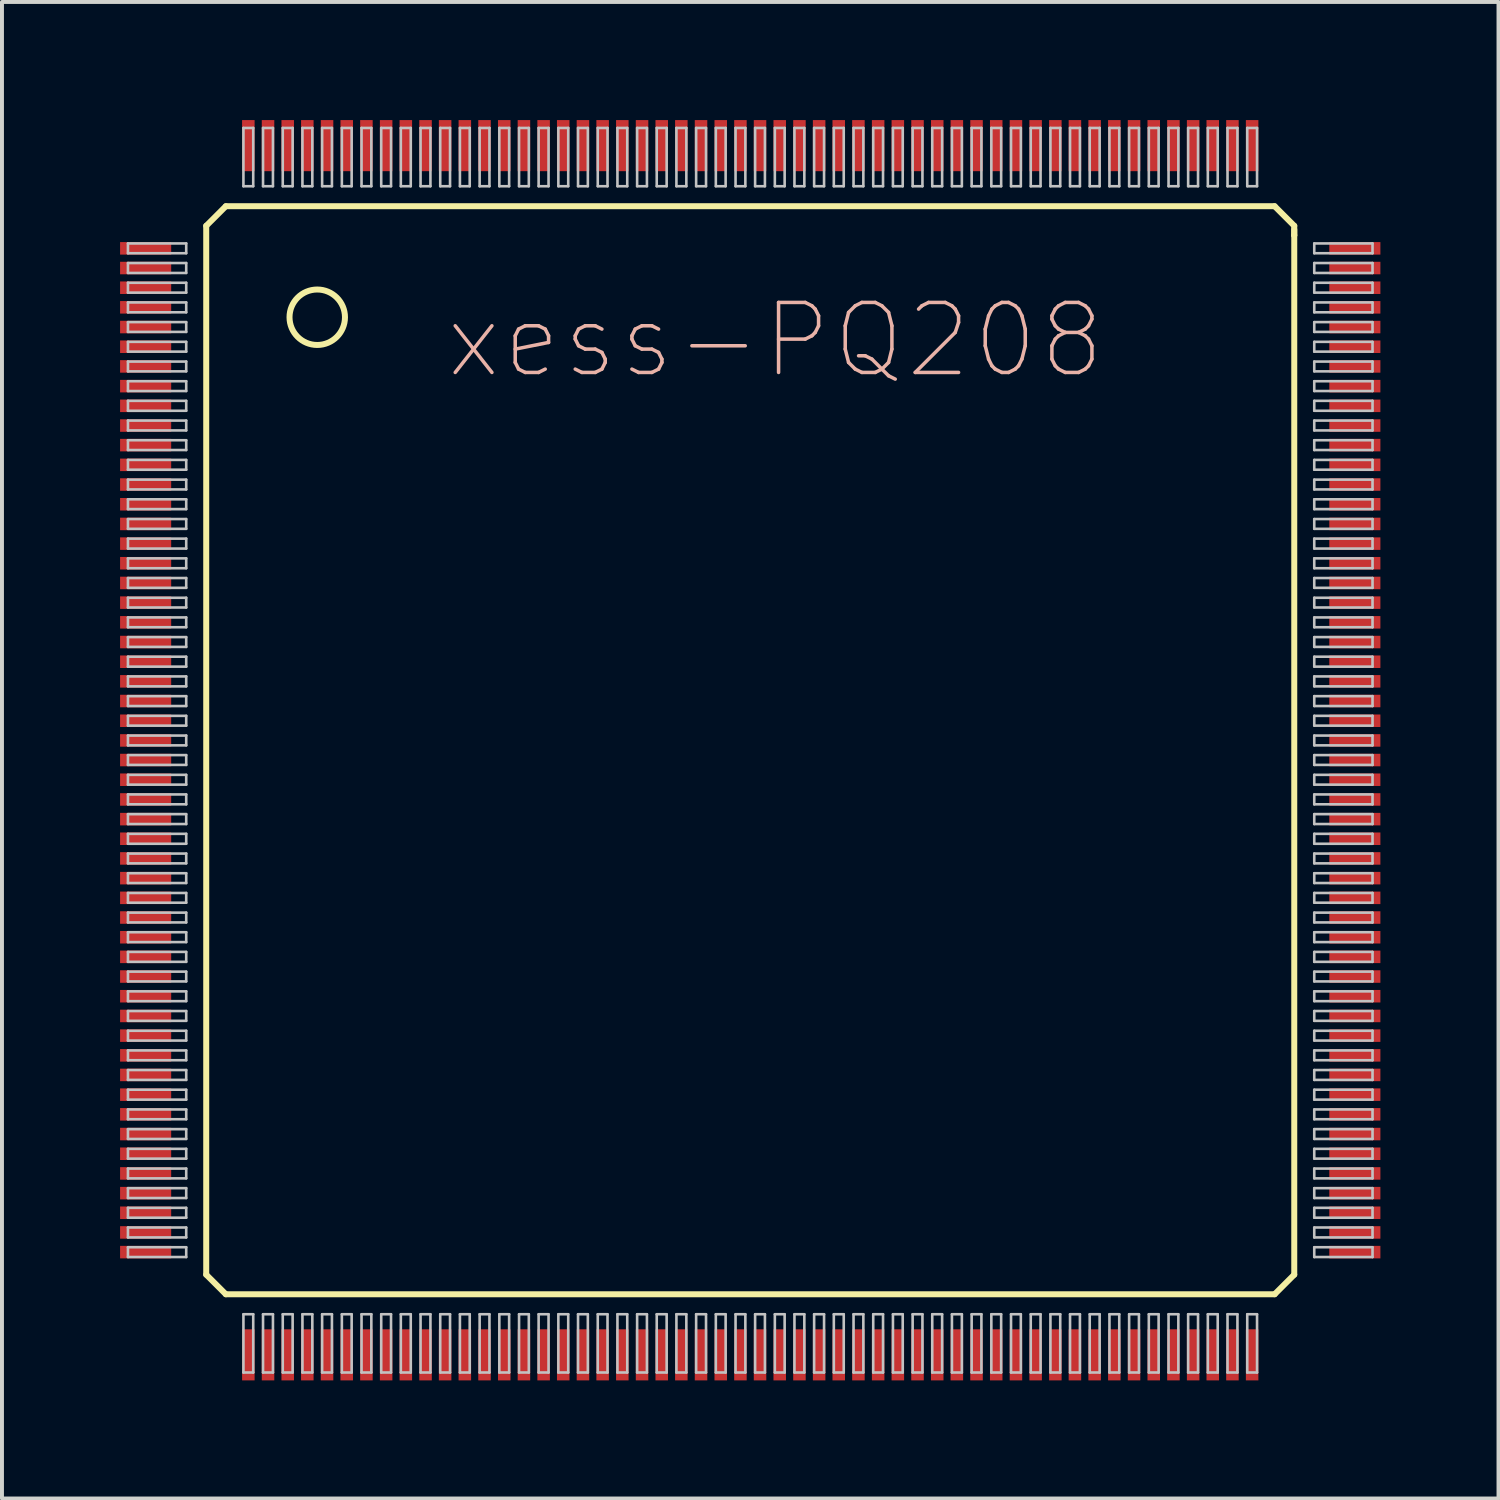
<source format=kicad_pcb>
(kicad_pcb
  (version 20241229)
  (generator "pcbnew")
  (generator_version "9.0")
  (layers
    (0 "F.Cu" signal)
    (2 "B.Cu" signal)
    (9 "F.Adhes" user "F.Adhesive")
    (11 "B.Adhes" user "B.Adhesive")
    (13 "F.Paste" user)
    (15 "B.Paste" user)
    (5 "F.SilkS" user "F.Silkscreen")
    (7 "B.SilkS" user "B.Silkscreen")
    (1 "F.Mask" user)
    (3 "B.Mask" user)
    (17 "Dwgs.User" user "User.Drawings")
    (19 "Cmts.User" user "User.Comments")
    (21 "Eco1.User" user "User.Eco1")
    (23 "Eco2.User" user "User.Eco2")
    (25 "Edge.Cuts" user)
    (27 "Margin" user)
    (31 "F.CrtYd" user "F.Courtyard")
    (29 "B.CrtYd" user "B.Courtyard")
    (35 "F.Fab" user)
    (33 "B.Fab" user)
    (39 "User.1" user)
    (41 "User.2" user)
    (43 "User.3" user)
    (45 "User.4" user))
  (footprint "xess-PQ208"
    (layer "F.Cu")
    (at 16.006 16.006)
    (property "Reference" "xess-PQ208" (at 0.635 -10.414 0) (layer "B.SilkS") (effects (font (size 1.778 1.778) (thickness 0.089))))
    (attr smd)
    (fp_line (start -13.818 -13.32) (end -13.32 -13.818) (stroke (width 0.152) (type solid)) (layer "F.SilkS"))
    (fp_line (start -13.818 13.32) (end -13.818 -13.32) (stroke (width 0.152) (type solid)) (layer "F.SilkS"))
    (fp_line (start -13.32 -13.818) (end 13.32 -13.818) (stroke (width 0.152) (type solid)) (layer "F.SilkS"))
    (fp_line (start -13.32 13.818) (end -13.818 13.32) (stroke (width 0.152) (type solid)) (layer "F.SilkS"))
    (fp_line (start 13.32 -13.818) (end 13.818 -13.32) (stroke (width 0.152) (type solid)) (layer "F.SilkS"))
    (fp_line (start 13.32 13.818) (end -13.32 13.818) (stroke (width 0.152) (type solid)) (layer "F.SilkS"))
    (fp_line (start 13.818 -13.32) (end 13.818 -13.078) (stroke (width 0.152) (type solid)) (layer "F.SilkS"))
    (fp_line (start 13.818 -13.228) (end 13.818 -13.078) (stroke (width 0.152) (type solid)) (layer "F.SilkS"))
    (fp_line (start 13.818 -13.078) (end 13.818 13.32) (stroke (width 0.152) (type solid)) (layer "F.SilkS"))
    (fp_line (start 13.818 13.32) (end 13.32 13.818) (stroke (width 0.152) (type solid)) (layer "F.SilkS"))
    (fp_circle (center -10.998 -10.998) (end -11.496 -11.496) (stroke (width 0.152) (type solid)) (fill no) (layer "F.SilkS"))
    (fp_line (start -15.806 -12.873) (end -14.326 -12.873) (stroke (width 0.066) (type solid)) (layer "Dwgs.User"))
    (fp_line (start -15.806 -12.624) (end -15.806 -12.873) (stroke (width 0.066) (type solid)) (layer "Dwgs.User"))
    (fp_line (start -15.806 -12.624) (end -14.326 -12.624) (stroke (width 0.066) (type solid)) (layer "Dwgs.User"))
    (fp_line (start -15.806 -12.375) (end -14.326 -12.375) (stroke (width 0.066) (type solid)) (layer "Dwgs.User"))
    (fp_line (start -15.806 -12.123) (end -15.806 -12.375) (stroke (width 0.066) (type solid)) (layer "Dwgs.User"))
    (fp_line (start -15.806 -12.123) (end -14.326 -12.123) (stroke (width 0.066) (type solid)) (layer "Dwgs.User"))
    (fp_line (start -15.806 -11.874) (end -14.326 -11.874) (stroke (width 0.066) (type solid)) (layer "Dwgs.User"))
    (fp_line (start -15.806 -11.623) (end -15.806 -11.874) (stroke (width 0.066) (type solid)) (layer "Dwgs.User"))
    (fp_line (start -15.806 -11.623) (end -14.326 -11.623) (stroke (width 0.066) (type solid)) (layer "Dwgs.User"))
    (fp_line (start -15.806 -11.374) (end -14.326 -11.374) (stroke (width 0.066) (type solid)) (layer "Dwgs.User"))
    (fp_line (start -15.806 -11.123) (end -15.806 -11.374) (stroke (width 0.066) (type solid)) (layer "Dwgs.User"))
    (fp_line (start -15.806 -11.123) (end -14.326 -11.123) (stroke (width 0.066) (type solid)) (layer "Dwgs.User"))
    (fp_line (start -15.806 -10.874) (end -14.326 -10.874) (stroke (width 0.066) (type solid)) (layer "Dwgs.User"))
    (fp_line (start -15.806 -10.625) (end -15.806 -10.874) (stroke (width 0.066) (type solid)) (layer "Dwgs.User"))
    (fp_line (start -15.806 -10.625) (end -14.326 -10.625) (stroke (width 0.066) (type solid)) (layer "Dwgs.User"))
    (fp_line (start -15.806 -10.373) (end -14.326 -10.373) (stroke (width 0.066) (type solid)) (layer "Dwgs.User"))
    (fp_line (start -15.806 -10.124) (end -15.806 -10.373) (stroke (width 0.066) (type solid)) (layer "Dwgs.User"))
    (fp_line (start -15.806 -10.124) (end -14.326 -10.124) (stroke (width 0.066) (type solid)) (layer "Dwgs.User"))
    (fp_line (start -15.806 -9.873) (end -14.326 -9.873) (stroke (width 0.066) (type solid)) (layer "Dwgs.User"))
    (fp_line (start -15.806 -9.624) (end -15.806 -9.873) (stroke (width 0.066) (type solid)) (layer "Dwgs.User"))
    (fp_line (start -15.806 -9.624) (end -14.326 -9.624) (stroke (width 0.066) (type solid)) (layer "Dwgs.User"))
    (fp_line (start -15.806 -9.373) (end -14.326 -9.373) (stroke (width 0.066) (type solid)) (layer "Dwgs.User"))
    (fp_line (start -15.806 -9.124) (end -15.806 -9.373) (stroke (width 0.066) (type solid)) (layer "Dwgs.User"))
    (fp_line (start -15.806 -9.124) (end -14.326 -9.124) (stroke (width 0.066) (type solid)) (layer "Dwgs.User"))
    (fp_line (start -15.806 -8.875) (end -14.326 -8.875) (stroke (width 0.066) (type solid)) (layer "Dwgs.User"))
    (fp_line (start -15.806 -8.623) (end -15.806 -8.875) (stroke (width 0.066) (type solid)) (layer "Dwgs.User"))
    (fp_line (start -15.806 -8.623) (end -14.326 -8.623) (stroke (width 0.066) (type solid)) (layer "Dwgs.User"))
    (fp_line (start -15.806 -8.374) (end -14.326 -8.374) (stroke (width 0.066) (type solid)) (layer "Dwgs.User"))
    (fp_line (start -15.806 -8.123) (end -15.806 -8.374) (stroke (width 0.066) (type solid)) (layer "Dwgs.User"))
    (fp_line (start -15.806 -8.123) (end -14.326 -8.123) (stroke (width 0.066) (type solid)) (layer "Dwgs.User"))
    (fp_line (start -15.806 -7.874) (end -14.326 -7.874) (stroke (width 0.066) (type solid)) (layer "Dwgs.User"))
    (fp_line (start -15.806 -7.625) (end -15.806 -7.874) (stroke (width 0.066) (type solid)) (layer "Dwgs.User"))
    (fp_line (start -15.806 -7.625) (end -14.326 -7.625) (stroke (width 0.066) (type solid)) (layer "Dwgs.User"))
    (fp_line (start -15.806 -7.374) (end -14.326 -7.374) (stroke (width 0.066) (type solid)) (layer "Dwgs.User"))
    (fp_line (start -15.806 -7.125) (end -15.806 -7.374) (stroke (width 0.066) (type solid)) (layer "Dwgs.User"))
    (fp_line (start -15.806 -7.125) (end -14.326 -7.125) (stroke (width 0.066) (type solid)) (layer "Dwgs.User"))
    (fp_line (start -15.806 -6.873) (end -14.326 -6.873) (stroke (width 0.066) (type solid)) (layer "Dwgs.User"))
    (fp_line (start -15.806 -6.624) (end -15.806 -6.873) (stroke (width 0.066) (type solid)) (layer "Dwgs.User"))
    (fp_line (start -15.806 -6.624) (end -14.326 -6.624) (stroke (width 0.066) (type solid)) (layer "Dwgs.User"))
    (fp_line (start -15.806 -6.373) (end -14.326 -6.373) (stroke (width 0.066) (type solid)) (layer "Dwgs.User"))
    (fp_line (start -15.806 -6.124) (end -15.806 -6.373) (stroke (width 0.066) (type solid)) (layer "Dwgs.User"))
    (fp_line (start -15.806 -6.124) (end -14.326 -6.124) (stroke (width 0.066) (type solid)) (layer "Dwgs.User"))
    (fp_line (start -15.806 -5.872) (end -14.326 -5.872) (stroke (width 0.066) (type solid)) (layer "Dwgs.User"))
    (fp_line (start -15.806 -5.624) (end -15.806 -5.872) (stroke (width 0.066) (type solid)) (layer "Dwgs.User"))
    (fp_line (start -15.806 -5.624) (end -14.326 -5.624) (stroke (width 0.066) (type solid)) (layer "Dwgs.User"))
    (fp_line (start -15.806 -5.375) (end -14.326 -5.375) (stroke (width 0.066) (type solid)) (layer "Dwgs.User"))
    (fp_line (start -15.806 -5.123) (end -15.806 -5.375) (stroke (width 0.066) (type solid)) (layer "Dwgs.User"))
    (fp_line (start -15.806 -5.123) (end -14.326 -5.123) (stroke (width 0.066) (type solid)) (layer "Dwgs.User"))
    (fp_line (start -15.806 -4.874) (end -14.326 -4.874) (stroke (width 0.066) (type solid)) (layer "Dwgs.User"))
    (fp_line (start -15.806 -4.623) (end -15.806 -4.874) (stroke (width 0.066) (type solid)) (layer "Dwgs.User"))
    (fp_line (start -15.806 -4.623) (end -14.326 -4.623) (stroke (width 0.066) (type solid)) (layer "Dwgs.User"))
    (fp_line (start -15.806 -4.374) (end -14.326 -4.374) (stroke (width 0.066) (type solid)) (layer "Dwgs.User"))
    (fp_line (start -15.806 -4.125) (end -15.806 -4.374) (stroke (width 0.066) (type solid)) (layer "Dwgs.User"))
    (fp_line (start -15.806 -4.125) (end -14.326 -4.125) (stroke (width 0.066) (type solid)) (layer "Dwgs.User"))
    (fp_line (start -15.806 -3.873) (end -14.326 -3.873) (stroke (width 0.066) (type solid)) (layer "Dwgs.User"))
    (fp_line (start -15.806 -3.625) (end -15.806 -3.873) (stroke (width 0.066) (type solid)) (layer "Dwgs.User"))
    (fp_line (start -15.806 -3.625) (end -14.326 -3.625) (stroke (width 0.066) (type solid)) (layer "Dwgs.User"))
    (fp_line (start -15.806 -3.373) (end -14.326 -3.373) (stroke (width 0.066) (type solid)) (layer "Dwgs.User"))
    (fp_line (start -15.806 -3.124) (end -15.806 -3.373) (stroke (width 0.066) (type solid)) (layer "Dwgs.User"))
    (fp_line (start -15.806 -3.124) (end -14.326 -3.124) (stroke (width 0.066) (type solid)) (layer "Dwgs.User"))
    (fp_line (start -15.806 -2.873) (end -14.326 -2.873) (stroke (width 0.066) (type solid)) (layer "Dwgs.User"))
    (fp_line (start -15.806 -2.624) (end -15.806 -2.873) (stroke (width 0.066) (type solid)) (layer "Dwgs.User"))
    (fp_line (start -15.806 -2.624) (end -14.326 -2.624) (stroke (width 0.066) (type solid)) (layer "Dwgs.User"))
    (fp_line (start -15.806 -2.375) (end -14.326 -2.375) (stroke (width 0.066) (type solid)) (layer "Dwgs.User"))
    (fp_line (start -15.806 -2.123) (end -15.806 -2.375) (stroke (width 0.066) (type solid)) (layer "Dwgs.User"))
    (fp_line (start -15.806 -2.123) (end -14.326 -2.123) (stroke (width 0.066) (type solid)) (layer "Dwgs.User"))
    (fp_line (start -15.806 -1.875) (end -14.326 -1.875) (stroke (width 0.066) (type solid)) (layer "Dwgs.User"))
    (fp_line (start -15.806 -1.623) (end -15.806 -1.875) (stroke (width 0.066) (type solid)) (layer "Dwgs.User"))
    (fp_line (start -15.806 -1.623) (end -14.326 -1.623) (stroke (width 0.066) (type solid)) (layer "Dwgs.User"))
    (fp_line (start -15.806 -1.374) (end -14.326 -1.374) (stroke (width 0.066) (type solid)) (layer "Dwgs.User"))
    (fp_line (start -15.806 -1.123) (end -15.806 -1.374) (stroke (width 0.066) (type solid)) (layer "Dwgs.User"))
    (fp_line (start -15.806 -1.123) (end -14.326 -1.123) (stroke (width 0.066) (type solid)) (layer "Dwgs.User"))
    (fp_line (start -15.806 -0.874) (end -14.326 -0.874) (stroke (width 0.066) (type solid)) (layer "Dwgs.User"))
    (fp_line (start -15.806 -0.625) (end -15.806 -0.874) (stroke (width 0.066) (type solid)) (layer "Dwgs.User"))
    (fp_line (start -15.806 -0.625) (end -14.326 -0.625) (stroke (width 0.066) (type solid)) (layer "Dwgs.User"))
    (fp_line (start -15.806 -0.373) (end -14.326 -0.373) (stroke (width 0.066) (type solid)) (layer "Dwgs.User"))
    (fp_line (start -15.806 -0.124) (end -15.806 -0.373) (stroke (width 0.066) (type solid)) (layer "Dwgs.User"))
    (fp_line (start -15.806 -0.124) (end -14.326 -0.124) (stroke (width 0.066) (type solid)) (layer "Dwgs.User"))
    (fp_line (start -15.806 0.124) (end -14.326 0.124) (stroke (width 0.066) (type solid)) (layer "Dwgs.User"))
    (fp_line (start -15.806 0.373) (end -15.806 0.124) (stroke (width 0.066) (type solid)) (layer "Dwgs.User"))
    (fp_line (start -15.806 0.373) (end -14.326 0.373) (stroke (width 0.066) (type solid)) (layer "Dwgs.User"))
    (fp_line (start -15.806 0.625) (end -14.326 0.625) (stroke (width 0.066) (type solid)) (layer "Dwgs.User"))
    (fp_line (start -15.806 0.874) (end -15.806 0.625) (stroke (width 0.066) (type solid)) (layer "Dwgs.User"))
    (fp_line (start -15.806 0.874) (end -14.326 0.874) (stroke (width 0.066) (type solid)) (layer "Dwgs.User"))
    (fp_line (start -15.806 1.123) (end -14.326 1.123) (stroke (width 0.066) (type solid)) (layer "Dwgs.User"))
    (fp_line (start -15.806 1.374) (end -15.806 1.123) (stroke (width 0.066) (type solid)) (layer "Dwgs.User"))
    (fp_line (start -15.806 1.374) (end -14.326 1.374) (stroke (width 0.066) (type solid)) (layer "Dwgs.User"))
    (fp_line (start -15.806 1.623) (end -14.326 1.623) (stroke (width 0.066) (type solid)) (layer "Dwgs.User"))
    (fp_line (start -15.806 1.875) (end -15.806 1.623) (stroke (width 0.066) (type solid)) (layer "Dwgs.User"))
    (fp_line (start -15.806 1.875) (end -14.326 1.875) (stroke (width 0.066) (type solid)) (layer "Dwgs.User"))
    (fp_line (start -15.806 2.123) (end -14.326 2.123) (stroke (width 0.066) (type solid)) (layer "Dwgs.User"))
    (fp_line (start -15.806 2.375) (end -15.806 2.123) (stroke (width 0.066) (type solid)) (layer "Dwgs.User"))
    (fp_line (start -15.806 2.375) (end -14.326 2.375) (stroke (width 0.066) (type solid)) (layer "Dwgs.User"))
    (fp_line (start -15.806 2.624) (end -14.326 2.624) (stroke (width 0.066) (type solid)) (layer "Dwgs.User"))
    (fp_line (start -15.806 2.873) (end -15.806 2.624) (stroke (width 0.066) (type solid)) (layer "Dwgs.User"))
    (fp_line (start -15.806 2.873) (end -14.326 2.873) (stroke (width 0.066) (type solid)) (layer "Dwgs.User"))
    (fp_line (start -15.806 3.124) (end -14.326 3.124) (stroke (width 0.066) (type solid)) (layer "Dwgs.User"))
    (fp_line (start -15.806 3.373) (end -15.806 3.124) (stroke (width 0.066) (type solid)) (layer "Dwgs.User"))
    (fp_line (start -15.806 3.373) (end -14.326 3.373) (stroke (width 0.066) (type solid)) (layer "Dwgs.User"))
    (fp_line (start -15.806 3.625) (end -14.326 3.625) (stroke (width 0.066) (type solid)) (layer "Dwgs.User"))
    (fp_line (start -15.806 3.873) (end -15.806 3.625) (stroke (width 0.066) (type solid)) (layer "Dwgs.User"))
    (fp_line (start -15.806 3.873) (end -14.326 3.873) (stroke (width 0.066) (type solid)) (layer "Dwgs.User"))
    (fp_line (start -15.806 4.125) (end -14.326 4.125) (stroke (width 0.066) (type solid)) (layer "Dwgs.User"))
    (fp_line (start -15.806 4.374) (end -15.806 4.125) (stroke (width 0.066) (type solid)) (layer "Dwgs.User"))
    (fp_line (start -15.806 4.374) (end -14.326 4.374) (stroke (width 0.066) (type solid)) (layer "Dwgs.User"))
    (fp_line (start -15.806 4.623) (end -14.326 4.623) (stroke (width 0.066) (type solid)) (layer "Dwgs.User"))
    (fp_line (start -15.806 4.874) (end -15.806 4.623) (stroke (width 0.066) (type solid)) (layer "Dwgs.User"))
    (fp_line (start -15.806 4.874) (end -14.326 4.874) (stroke (width 0.066) (type solid)) (layer "Dwgs.User"))
    (fp_line (start -15.806 5.123) (end -14.326 5.123) (stroke (width 0.066) (type solid)) (layer "Dwgs.User"))
    (fp_line (start -15.806 5.375) (end -15.806 5.123) (stroke (width 0.066) (type solid)) (layer "Dwgs.User"))
    (fp_line (start -15.806 5.375) (end -14.326 5.375) (stroke (width 0.066) (type solid)) (layer "Dwgs.User"))
    (fp_line (start -15.806 5.624) (end -14.326 5.624) (stroke (width 0.066) (type solid)) (layer "Dwgs.User"))
    (fp_line (start -15.806 5.872) (end -15.806 5.624) (stroke (width 0.066) (type solid)) (layer "Dwgs.User"))
    (fp_line (start -15.806 5.872) (end -14.326 5.872) (stroke (width 0.066) (type solid)) (layer "Dwgs.User"))
    (fp_line (start -15.806 6.124) (end -14.326 6.124) (stroke (width 0.066) (type solid)) (layer "Dwgs.User"))
    (fp_line (start -15.806 6.373) (end -15.806 6.124) (stroke (width 0.066) (type solid)) (layer "Dwgs.User"))
    (fp_line (start -15.806 6.373) (end -14.326 6.373) (stroke (width 0.066) (type solid)) (layer "Dwgs.User"))
    (fp_line (start -15.806 6.624) (end -14.326 6.624) (stroke (width 0.066) (type solid)) (layer "Dwgs.User"))
    (fp_line (start -15.806 6.873) (end -15.806 6.624) (stroke (width 0.066) (type solid)) (layer "Dwgs.User"))
    (fp_line (start -15.806 6.873) (end -14.326 6.873) (stroke (width 0.066) (type solid)) (layer "Dwgs.User"))
    (fp_line (start -15.806 7.125) (end -14.326 7.125) (stroke (width 0.066) (type solid)) (layer "Dwgs.User"))
    (fp_line (start -15.806 7.374) (end -15.806 7.125) (stroke (width 0.066) (type solid)) (layer "Dwgs.User"))
    (fp_line (start -15.806 7.374) (end -14.326 7.374) (stroke (width 0.066) (type solid)) (layer "Dwgs.User"))
    (fp_line (start -15.806 7.625) (end -14.326 7.625) (stroke (width 0.066) (type solid)) (layer "Dwgs.User"))
    (fp_line (start -15.806 7.874) (end -15.806 7.625) (stroke (width 0.066) (type solid)) (layer "Dwgs.User"))
    (fp_line (start -15.806 7.874) (end -14.326 7.874) (stroke (width 0.066) (type solid)) (layer "Dwgs.User"))
    (fp_line (start -15.806 8.123) (end -14.326 8.123) (stroke (width 0.066) (type solid)) (layer "Dwgs.User"))
    (fp_line (start -15.806 8.374) (end -15.806 8.123) (stroke (width 0.066) (type solid)) (layer "Dwgs.User"))
    (fp_line (start -15.806 8.374) (end -14.326 8.374) (stroke (width 0.066) (type solid)) (layer "Dwgs.User"))
    (fp_line (start -15.806 8.623) (end -14.326 8.623) (stroke (width 0.066) (type solid)) (layer "Dwgs.User"))
    (fp_line (start -15.806 8.875) (end -15.806 8.623) (stroke (width 0.066) (type solid)) (layer "Dwgs.User"))
    (fp_line (start -15.806 8.875) (end -14.326 8.875) (stroke (width 0.066) (type solid)) (layer "Dwgs.User"))
    (fp_line (start -15.806 9.124) (end -14.326 9.124) (stroke (width 0.066) (type solid)) (layer "Dwgs.User"))
    (fp_line (start -15.806 9.373) (end -15.806 9.124) (stroke (width 0.066) (type solid)) (layer "Dwgs.User"))
    (fp_line (start -15.806 9.373) (end -14.326 9.373) (stroke (width 0.066) (type solid)) (layer "Dwgs.User"))
    (fp_line (start -15.806 9.624) (end -14.326 9.624) (stroke (width 0.066) (type solid)) (layer "Dwgs.User"))
    (fp_line (start -15.806 9.873) (end -15.806 9.624) (stroke (width 0.066) (type solid)) (layer "Dwgs.User"))
    (fp_line (start -15.806 9.873) (end -14.326 9.873) (stroke (width 0.066) (type solid)) (layer "Dwgs.User"))
    (fp_line (start -15.806 10.124) (end -14.326 10.124) (stroke (width 0.066) (type solid)) (layer "Dwgs.User"))
    (fp_line (start -15.806 10.373) (end -15.806 10.124) (stroke (width 0.066) (type solid)) (layer "Dwgs.User"))
    (fp_line (start -15.806 10.373) (end -14.326 10.373) (stroke (width 0.066) (type solid)) (layer "Dwgs.User"))
    (fp_line (start -15.806 10.625) (end -14.326 10.625) (stroke (width 0.066) (type solid)) (layer "Dwgs.User"))
    (fp_line (start -15.806 10.874) (end -15.806 10.625) (stroke (width 0.066) (type solid)) (layer "Dwgs.User"))
    (fp_line (start -15.806 10.874) (end -14.326 10.874) (stroke (width 0.066) (type solid)) (layer "Dwgs.User"))
    (fp_line (start -15.806 11.123) (end -14.326 11.123) (stroke (width 0.066) (type solid)) (layer "Dwgs.User"))
    (fp_line (start -15.806 11.374) (end -15.806 11.123) (stroke (width 0.066) (type solid)) (layer "Dwgs.User"))
    (fp_line (start -15.806 11.374) (end -14.326 11.374) (stroke (width 0.066) (type solid)) (layer "Dwgs.User"))
    (fp_line (start -15.806 11.623) (end -14.326 11.623) (stroke (width 0.066) (type solid)) (layer "Dwgs.User"))
    (fp_line (start -15.806 11.874) (end -15.806 11.623) (stroke (width 0.066) (type solid)) (layer "Dwgs.User"))
    (fp_line (start -15.806 11.874) (end -14.326 11.874) (stroke (width 0.066) (type solid)) (layer "Dwgs.User"))
    (fp_line (start -15.806 12.123) (end -14.326 12.123) (stroke (width 0.066) (type solid)) (layer "Dwgs.User"))
    (fp_line (start -15.806 12.375) (end -15.806 12.123) (stroke (width 0.066) (type solid)) (layer "Dwgs.User"))
    (fp_line (start -15.806 12.375) (end -14.326 12.375) (stroke (width 0.066) (type solid)) (layer "Dwgs.User"))
    (fp_line (start -15.806 12.624) (end -14.326 12.624) (stroke (width 0.066) (type solid)) (layer "Dwgs.User"))
    (fp_line (start -15.806 12.873) (end -15.806 12.624) (stroke (width 0.066) (type solid)) (layer "Dwgs.User"))
    (fp_line (start -15.806 12.873) (end -14.326 12.873) (stroke (width 0.066) (type solid)) (layer "Dwgs.User"))
    (fp_line (start -14.326 -12.624) (end -14.326 -12.873) (stroke (width 0.066) (type solid)) (layer "Dwgs.User"))
    (fp_line (start -14.326 -12.123) (end -14.326 -12.375) (stroke (width 0.066) (type solid)) (layer "Dwgs.User"))
    (fp_line (start -14.326 -11.623) (end -14.326 -11.874) (stroke (width 0.066) (type solid)) (layer "Dwgs.User"))
    (fp_line (start -14.326 -11.123) (end -14.326 -11.374) (stroke (width 0.066) (type solid)) (layer "Dwgs.User"))
    (fp_line (start -14.326 -10.625) (end -14.326 -10.874) (stroke (width 0.066) (type solid)) (layer "Dwgs.User"))
    (fp_line (start -14.326 -10.124) (end -14.326 -10.373) (stroke (width 0.066) (type solid)) (layer "Dwgs.User"))
    (fp_line (start -14.326 -9.624) (end -14.326 -9.873) (stroke (width 0.066) (type solid)) (layer "Dwgs.User"))
    (fp_line (start -14.326 -9.124) (end -14.326 -9.373) (stroke (width 0.066) (type solid)) (layer "Dwgs.User"))
    (fp_line (start -14.326 -8.623) (end -14.326 -8.875) (stroke (width 0.066) (type solid)) (layer "Dwgs.User"))
    (fp_line (start -14.326 -8.123) (end -14.326 -8.374) (stroke (width 0.066) (type solid)) (layer "Dwgs.User"))
    (fp_line (start -14.326 -7.625) (end -14.326 -7.874) (stroke (width 0.066) (type solid)) (layer "Dwgs.User"))
    (fp_line (start -14.326 -7.125) (end -14.326 -7.374) (stroke (width 0.066) (type solid)) (layer "Dwgs.User"))
    (fp_line (start -14.326 -6.624) (end -14.326 -6.873) (stroke (width 0.066) (type solid)) (layer "Dwgs.User"))
    (fp_line (start -14.326 -6.124) (end -14.326 -6.373) (stroke (width 0.066) (type solid)) (layer "Dwgs.User"))
    (fp_line (start -14.326 -5.624) (end -14.326 -5.872) (stroke (width 0.066) (type solid)) (layer "Dwgs.User"))
    (fp_line (start -14.326 -5.123) (end -14.326 -5.375) (stroke (width 0.066) (type solid)) (layer "Dwgs.User"))
    (fp_line (start -14.326 -4.623) (end -14.326 -4.874) (stroke (width 0.066) (type solid)) (layer "Dwgs.User"))
    (fp_line (start -14.326 -4.125) (end -14.326 -4.374) (stroke (width 0.066) (type solid)) (layer "Dwgs.User"))
    (fp_line (start -14.326 -3.625) (end -14.326 -3.873) (stroke (width 0.066) (type solid)) (layer "Dwgs.User"))
    (fp_line (start -14.326 -3.124) (end -14.326 -3.373) (stroke (width 0.066) (type solid)) (layer "Dwgs.User"))
    (fp_line (start -14.326 -2.624) (end -14.326 -2.873) (stroke (width 0.066) (type solid)) (layer "Dwgs.User"))
    (fp_line (start -14.326 -2.123) (end -14.326 -2.375) (stroke (width 0.066) (type solid)) (layer "Dwgs.User"))
    (fp_line (start -14.326 -1.623) (end -14.326 -1.875) (stroke (width 0.066) (type solid)) (layer "Dwgs.User"))
    (fp_line (start -14.326 -1.123) (end -14.326 -1.374) (stroke (width 0.066) (type solid)) (layer "Dwgs.User"))
    (fp_line (start -14.326 -0.625) (end -14.326 -0.874) (stroke (width 0.066) (type solid)) (layer "Dwgs.User"))
    (fp_line (start -14.326 -0.124) (end -14.326 -0.373) (stroke (width 0.066) (type solid)) (layer "Dwgs.User"))
    (fp_line (start -14.326 0.373) (end -14.326 0.124) (stroke (width 0.066) (type solid)) (layer "Dwgs.User"))
    (fp_line (start -14.326 0.874) (end -14.326 0.625) (stroke (width 0.066) (type solid)) (layer "Dwgs.User"))
    (fp_line (start -14.326 1.374) (end -14.326 1.123) (stroke (width 0.066) (type solid)) (layer "Dwgs.User"))
    (fp_line (start -14.326 1.875) (end -14.326 1.623) (stroke (width 0.066) (type solid)) (layer "Dwgs.User"))
    (fp_line (start -14.326 2.375) (end -14.326 2.123) (stroke (width 0.066) (type solid)) (layer "Dwgs.User"))
    (fp_line (start -14.326 2.873) (end -14.326 2.624) (stroke (width 0.066) (type solid)) (layer "Dwgs.User"))
    (fp_line (start -14.326 3.373) (end -14.326 3.124) (stroke (width 0.066) (type solid)) (layer "Dwgs.User"))
    (fp_line (start -14.326 3.873) (end -14.326 3.625) (stroke (width 0.066) (type solid)) (layer "Dwgs.User"))
    (fp_line (start -14.326 4.374) (end -14.326 4.125) (stroke (width 0.066) (type solid)) (layer "Dwgs.User"))
    (fp_line (start -14.326 4.874) (end -14.326 4.623) (stroke (width 0.066) (type solid)) (layer "Dwgs.User"))
    (fp_line (start -14.326 5.375) (end -14.326 5.123) (stroke (width 0.066) (type solid)) (layer "Dwgs.User"))
    (fp_line (start -14.326 5.872) (end -14.326 5.624) (stroke (width 0.066) (type solid)) (layer "Dwgs.User"))
    (fp_line (start -14.326 6.373) (end -14.326 6.124) (stroke (width 0.066) (type solid)) (layer "Dwgs.User"))
    (fp_line (start -14.326 6.873) (end -14.326 6.624) (stroke (width 0.066) (type solid)) (layer "Dwgs.User"))
    (fp_line (start -14.326 7.374) (end -14.326 7.125) (stroke (width 0.066) (type solid)) (layer "Dwgs.User"))
    (fp_line (start -14.326 7.874) (end -14.326 7.625) (stroke (width 0.066) (type solid)) (layer "Dwgs.User"))
    (fp_line (start -14.326 8.374) (end -14.326 8.123) (stroke (width 0.066) (type solid)) (layer "Dwgs.User"))
    (fp_line (start -14.326 8.875) (end -14.326 8.623) (stroke (width 0.066) (type solid)) (layer "Dwgs.User"))
    (fp_line (start -14.326 9.373) (end -14.326 9.124) (stroke (width 0.066) (type solid)) (layer "Dwgs.User"))
    (fp_line (start -14.326 9.873) (end -14.326 9.624) (stroke (width 0.066) (type solid)) (layer "Dwgs.User"))
    (fp_line (start -14.326 10.373) (end -14.326 10.124) (stroke (width 0.066) (type solid)) (layer "Dwgs.User"))
    (fp_line (start -14.326 10.874) (end -14.326 10.625) (stroke (width 0.066) (type solid)) (layer "Dwgs.User"))
    (fp_line (start -14.326 11.374) (end -14.326 11.123) (stroke (width 0.066) (type solid)) (layer "Dwgs.User"))
    (fp_line (start -14.326 11.874) (end -14.326 11.623) (stroke (width 0.066) (type solid)) (layer "Dwgs.User"))
    (fp_line (start -14.326 12.375) (end -14.326 12.123) (stroke (width 0.066) (type solid)) (layer "Dwgs.User"))
    (fp_line (start -14.326 12.873) (end -14.326 12.624) (stroke (width 0.066) (type solid)) (layer "Dwgs.User"))
    (fp_line (start -12.873 -15.806) (end -12.624 -15.806) (stroke (width 0.066) (type solid)) (layer "Dwgs.User"))
    (fp_line (start -12.873 -14.326) (end -12.873 -15.806) (stroke (width 0.066) (type solid)) (layer "Dwgs.User"))
    (fp_line (start -12.873 -14.326) (end -12.624 -14.326) (stroke (width 0.066) (type solid)) (layer "Dwgs.User"))
    (fp_line (start -12.873 14.326) (end -12.624 14.326) (stroke (width 0.066) (type solid)) (layer "Dwgs.User"))
    (fp_line (start -12.873 15.806) (end -12.873 14.326) (stroke (width 0.066) (type solid)) (layer "Dwgs.User"))
    (fp_line (start -12.873 15.806) (end -12.624 15.806) (stroke (width 0.066) (type solid)) (layer "Dwgs.User"))
    (fp_line (start -12.624 -14.326) (end -12.624 -15.806) (stroke (width 0.066) (type solid)) (layer "Dwgs.User"))
    (fp_line (start -12.624 15.806) (end -12.624 14.326) (stroke (width 0.066) (type solid)) (layer "Dwgs.User"))
    (fp_line (start -12.375 -15.806) (end -12.123 -15.806) (stroke (width 0.066) (type solid)) (layer "Dwgs.User"))
    (fp_line (start -12.375 -14.326) (end -12.375 -15.806) (stroke (width 0.066) (type solid)) (layer "Dwgs.User"))
    (fp_line (start -12.375 -14.326) (end -12.123 -14.326) (stroke (width 0.066) (type solid)) (layer "Dwgs.User"))
    (fp_line (start -12.375 14.326) (end -12.123 14.326) (stroke (width 0.066) (type solid)) (layer "Dwgs.User"))
    (fp_line (start -12.375 15.806) (end -12.375 14.326) (stroke (width 0.066) (type solid)) (layer "Dwgs.User"))
    (fp_line (start -12.375 15.806) (end -12.123 15.806) (stroke (width 0.066) (type solid)) (layer "Dwgs.User"))
    (fp_line (start -12.123 -14.326) (end -12.123 -15.806) (stroke (width 0.066) (type solid)) (layer "Dwgs.User"))
    (fp_line (start -12.123 15.806) (end -12.123 14.326) (stroke (width 0.066) (type solid)) (layer "Dwgs.User"))
    (fp_line (start -11.874 -15.806) (end -11.623 -15.806) (stroke (width 0.066) (type solid)) (layer "Dwgs.User"))
    (fp_line (start -11.874 -14.326) (end -11.874 -15.806) (stroke (width 0.066) (type solid)) (layer "Dwgs.User"))
    (fp_line (start -11.874 -14.326) (end -11.623 -14.326) (stroke (width 0.066) (type solid)) (layer "Dwgs.User"))
    (fp_line (start -11.874 14.326) (end -11.623 14.326) (stroke (width 0.066) (type solid)) (layer "Dwgs.User"))
    (fp_line (start -11.874 15.806) (end -11.874 14.326) (stroke (width 0.066) (type solid)) (layer "Dwgs.User"))
    (fp_line (start -11.874 15.806) (end -11.623 15.806) (stroke (width 0.066) (type solid)) (layer "Dwgs.User"))
    (fp_line (start -11.623 -14.326) (end -11.623 -15.806) (stroke (width 0.066) (type solid)) (layer "Dwgs.User"))
    (fp_line (start -11.623 15.806) (end -11.623 14.326) (stroke (width 0.066) (type solid)) (layer "Dwgs.User"))
    (fp_line (start -11.374 -15.806) (end -11.123 -15.806) (stroke (width 0.066) (type solid)) (layer "Dwgs.User"))
    (fp_line (start -11.374 -14.326) (end -11.374 -15.806) (stroke (width 0.066) (type solid)) (layer "Dwgs.User"))
    (fp_line (start -11.374 -14.326) (end -11.123 -14.326) (stroke (width 0.066) (type solid)) (layer "Dwgs.User"))
    (fp_line (start -11.374 14.326) (end -11.123 14.326) (stroke (width 0.066) (type solid)) (layer "Dwgs.User"))
    (fp_line (start -11.374 15.806) (end -11.374 14.326) (stroke (width 0.066) (type solid)) (layer "Dwgs.User"))
    (fp_line (start -11.374 15.806) (end -11.123 15.806) (stroke (width 0.066) (type solid)) (layer "Dwgs.User"))
    (fp_line (start -11.123 -14.326) (end -11.123 -15.806) (stroke (width 0.066) (type solid)) (layer "Dwgs.User"))
    (fp_line (start -11.123 15.806) (end -11.123 14.326) (stroke (width 0.066) (type solid)) (layer "Dwgs.User"))
    (fp_line (start -10.874 -15.806) (end -10.625 -15.806) (stroke (width 0.066) (type solid)) (layer "Dwgs.User"))
    (fp_line (start -10.874 -14.326) (end -10.874 -15.806) (stroke (width 0.066) (type solid)) (layer "Dwgs.User"))
    (fp_line (start -10.874 -14.326) (end -10.625 -14.326) (stroke (width 0.066) (type solid)) (layer "Dwgs.User"))
    (fp_line (start -10.874 14.326) (end -10.625 14.326) (stroke (width 0.066) (type solid)) (layer "Dwgs.User"))
    (fp_line (start -10.874 15.806) (end -10.874 14.326) (stroke (width 0.066) (type solid)) (layer "Dwgs.User"))
    (fp_line (start -10.874 15.806) (end -10.625 15.806) (stroke (width 0.066) (type solid)) (layer "Dwgs.User"))
    (fp_line (start -10.625 -14.326) (end -10.625 -15.806) (stroke (width 0.066) (type solid)) (layer "Dwgs.User"))
    (fp_line (start -10.625 15.806) (end -10.625 14.326) (stroke (width 0.066) (type solid)) (layer "Dwgs.User"))
    (fp_line (start -10.373 -15.806) (end -10.124 -15.806) (stroke (width 0.066) (type solid)) (layer "Dwgs.User"))
    (fp_line (start -10.373 -14.326) (end -10.373 -15.806) (stroke (width 0.066) (type solid)) (layer "Dwgs.User"))
    (fp_line (start -10.373 -14.326) (end -10.124 -14.326) (stroke (width 0.066) (type solid)) (layer "Dwgs.User"))
    (fp_line (start -10.373 14.326) (end -10.124 14.326) (stroke (width 0.066) (type solid)) (layer "Dwgs.User"))
    (fp_line (start -10.373 15.806) (end -10.373 14.326) (stroke (width 0.066) (type solid)) (layer "Dwgs.User"))
    (fp_line (start -10.373 15.806) (end -10.124 15.806) (stroke (width 0.066) (type solid)) (layer "Dwgs.User"))
    (fp_line (start -10.124 -14.326) (end -10.124 -15.806) (stroke (width 0.066) (type solid)) (layer "Dwgs.User"))
    (fp_line (start -10.124 15.806) (end -10.124 14.326) (stroke (width 0.066) (type solid)) (layer "Dwgs.User"))
    (fp_line (start -9.873 -15.806) (end -9.624 -15.806) (stroke (width 0.066) (type solid)) (layer "Dwgs.User"))
    (fp_line (start -9.873 -14.326) (end -9.873 -15.806) (stroke (width 0.066) (type solid)) (layer "Dwgs.User"))
    (fp_line (start -9.873 -14.326) (end -9.624 -14.326) (stroke (width 0.066) (type solid)) (layer "Dwgs.User"))
    (fp_line (start -9.873 14.326) (end -9.624 14.326) (stroke (width 0.066) (type solid)) (layer "Dwgs.User"))
    (fp_line (start -9.873 15.806) (end -9.873 14.326) (stroke (width 0.066) (type solid)) (layer "Dwgs.User"))
    (fp_line (start -9.873 15.806) (end -9.624 15.806) (stroke (width 0.066) (type solid)) (layer "Dwgs.User"))
    (fp_line (start -9.624 -14.326) (end -9.624 -15.806) (stroke (width 0.066) (type solid)) (layer "Dwgs.User"))
    (fp_line (start -9.624 15.806) (end -9.624 14.326) (stroke (width 0.066) (type solid)) (layer "Dwgs.User"))
    (fp_line (start -9.373 -15.806) (end -9.124 -15.806) (stroke (width 0.066) (type solid)) (layer "Dwgs.User"))
    (fp_line (start -9.373 -14.326) (end -9.373 -15.806) (stroke (width 0.066) (type solid)) (layer "Dwgs.User"))
    (fp_line (start -9.373 -14.326) (end -9.124 -14.326) (stroke (width 0.066) (type solid)) (layer "Dwgs.User"))
    (fp_line (start -9.373 14.326) (end -9.124 14.326) (stroke (width 0.066) (type solid)) (layer "Dwgs.User"))
    (fp_line (start -9.373 15.806) (end -9.373 14.326) (stroke (width 0.066) (type solid)) (layer "Dwgs.User"))
    (fp_line (start -9.373 15.806) (end -9.124 15.806) (stroke (width 0.066) (type solid)) (layer "Dwgs.User"))
    (fp_line (start -9.124 -14.326) (end -9.124 -15.806) (stroke (width 0.066) (type solid)) (layer "Dwgs.User"))
    (fp_line (start -9.124 15.806) (end -9.124 14.326) (stroke (width 0.066) (type solid)) (layer "Dwgs.User"))
    (fp_line (start -8.875 -15.806) (end -8.623 -15.806) (stroke (width 0.066) (type solid)) (layer "Dwgs.User"))
    (fp_line (start -8.875 -14.326) (end -8.875 -15.806) (stroke (width 0.066) (type solid)) (layer "Dwgs.User"))
    (fp_line (start -8.875 -14.326) (end -8.623 -14.326) (stroke (width 0.066) (type solid)) (layer "Dwgs.User"))
    (fp_line (start -8.875 14.326) (end -8.623 14.326) (stroke (width 0.066) (type solid)) (layer "Dwgs.User"))
    (fp_line (start -8.875 15.806) (end -8.875 14.326) (stroke (width 0.066) (type solid)) (layer "Dwgs.User"))
    (fp_line (start -8.875 15.806) (end -8.623 15.806) (stroke (width 0.066) (type solid)) (layer "Dwgs.User"))
    (fp_line (start -8.623 -14.326) (end -8.623 -15.806) (stroke (width 0.066) (type solid)) (layer "Dwgs.User"))
    (fp_line (start -8.623 15.806) (end -8.623 14.326) (stroke (width 0.066) (type solid)) (layer "Dwgs.User"))
    (fp_line (start -8.374 -15.806) (end -8.123 -15.806) (stroke (width 0.066) (type solid)) (layer "Dwgs.User"))
    (fp_line (start -8.374 -14.326) (end -8.374 -15.806) (stroke (width 0.066) (type solid)) (layer "Dwgs.User"))
    (fp_line (start -8.374 -14.326) (end -8.123 -14.326) (stroke (width 0.066) (type solid)) (layer "Dwgs.User"))
    (fp_line (start -8.374 14.326) (end -8.123 14.326) (stroke (width 0.066) (type solid)) (layer "Dwgs.User"))
    (fp_line (start -8.374 15.806) (end -8.374 14.326) (stroke (width 0.066) (type solid)) (layer "Dwgs.User"))
    (fp_line (start -8.374 15.806) (end -8.123 15.806) (stroke (width 0.066) (type solid)) (layer "Dwgs.User"))
    (fp_line (start -8.123 -14.326) (end -8.123 -15.806) (stroke (width 0.066) (type solid)) (layer "Dwgs.User"))
    (fp_line (start -8.123 15.806) (end -8.123 14.326) (stroke (width 0.066) (type solid)) (layer "Dwgs.User"))
    (fp_line (start -7.874 -15.806) (end -7.625 -15.806) (stroke (width 0.066) (type solid)) (layer "Dwgs.User"))
    (fp_line (start -7.874 -14.326) (end -7.874 -15.806) (stroke (width 0.066) (type solid)) (layer "Dwgs.User"))
    (fp_line (start -7.874 -14.326) (end -7.625 -14.326) (stroke (width 0.066) (type solid)) (layer "Dwgs.User"))
    (fp_line (start -7.874 14.326) (end -7.625 14.326) (stroke (width 0.066) (type solid)) (layer "Dwgs.User"))
    (fp_line (start -7.874 15.806) (end -7.874 14.326) (stroke (width 0.066) (type solid)) (layer "Dwgs.User"))
    (fp_line (start -7.874 15.806) (end -7.625 15.806) (stroke (width 0.066) (type solid)) (layer "Dwgs.User"))
    (fp_line (start -7.625 -14.326) (end -7.625 -15.806) (stroke (width 0.066) (type solid)) (layer "Dwgs.User"))
    (fp_line (start -7.625 15.806) (end -7.625 14.326) (stroke (width 0.066) (type solid)) (layer "Dwgs.User"))
    (fp_line (start -7.374 -15.806) (end -7.125 -15.806) (stroke (width 0.066) (type solid)) (layer "Dwgs.User"))
    (fp_line (start -7.374 -14.326) (end -7.374 -15.806) (stroke (width 0.066) (type solid)) (layer "Dwgs.User"))
    (fp_line (start -7.374 -14.326) (end -7.125 -14.326) (stroke (width 0.066) (type solid)) (layer "Dwgs.User"))
    (fp_line (start -7.374 14.326) (end -7.125 14.326) (stroke (width 0.066) (type solid)) (layer "Dwgs.User"))
    (fp_line (start -7.374 15.806) (end -7.374 14.326) (stroke (width 0.066) (type solid)) (layer "Dwgs.User"))
    (fp_line (start -7.374 15.806) (end -7.125 15.806) (stroke (width 0.066) (type solid)) (layer "Dwgs.User"))
    (fp_line (start -7.125 -14.326) (end -7.125 -15.806) (stroke (width 0.066) (type solid)) (layer "Dwgs.User"))
    (fp_line (start -7.125 15.806) (end -7.125 14.326) (stroke (width 0.066) (type solid)) (layer "Dwgs.User"))
    (fp_line (start -6.873 -15.806) (end -6.624 -15.806) (stroke (width 0.066) (type solid)) (layer "Dwgs.User"))
    (fp_line (start -6.873 -14.326) (end -6.873 -15.806) (stroke (width 0.066) (type solid)) (layer "Dwgs.User"))
    (fp_line (start -6.873 -14.326) (end -6.624 -14.326) (stroke (width 0.066) (type solid)) (layer "Dwgs.User"))
    (fp_line (start -6.873 14.326) (end -6.624 14.326) (stroke (width 0.066) (type solid)) (layer "Dwgs.User"))
    (fp_line (start -6.873 15.806) (end -6.873 14.326) (stroke (width 0.066) (type solid)) (layer "Dwgs.User"))
    (fp_line (start -6.873 15.806) (end -6.624 15.806) (stroke (width 0.066) (type solid)) (layer "Dwgs.User"))
    (fp_line (start -6.624 -14.326) (end -6.624 -15.806) (stroke (width 0.066) (type solid)) (layer "Dwgs.User"))
    (fp_line (start -6.624 15.806) (end -6.624 14.326) (stroke (width 0.066) (type solid)) (layer "Dwgs.User"))
    (fp_line (start -6.373 -15.806) (end -6.124 -15.806) (stroke (width 0.066) (type solid)) (layer "Dwgs.User"))
    (fp_line (start -6.373 -14.326) (end -6.373 -15.806) (stroke (width 0.066) (type solid)) (layer "Dwgs.User"))
    (fp_line (start -6.373 -14.326) (end -6.124 -14.326) (stroke (width 0.066) (type solid)) (layer "Dwgs.User"))
    (fp_line (start -6.373 14.326) (end -6.124 14.326) (stroke (width 0.066) (type solid)) (layer "Dwgs.User"))
    (fp_line (start -6.373 15.806) (end -6.373 14.326) (stroke (width 0.066) (type solid)) (layer "Dwgs.User"))
    (fp_line (start -6.373 15.806) (end -6.124 15.806) (stroke (width 0.066) (type solid)) (layer "Dwgs.User"))
    (fp_line (start -6.124 -14.326) (end -6.124 -15.806) (stroke (width 0.066) (type solid)) (layer "Dwgs.User"))
    (fp_line (start -6.124 15.806) (end -6.124 14.326) (stroke (width 0.066) (type solid)) (layer "Dwgs.User"))
    (fp_line (start -5.872 -15.806) (end -5.624 -15.806) (stroke (width 0.066) (type solid)) (layer "Dwgs.User"))
    (fp_line (start -5.872 -14.326) (end -5.872 -15.806) (stroke (width 0.066) (type solid)) (layer "Dwgs.User"))
    (fp_line (start -5.872 -14.326) (end -5.624 -14.326) (stroke (width 0.066) (type solid)) (layer "Dwgs.User"))
    (fp_line (start -5.872 14.326) (end -5.624 14.326) (stroke (width 0.066) (type solid)) (layer "Dwgs.User"))
    (fp_line (start -5.872 15.806) (end -5.872 14.326) (stroke (width 0.066) (type solid)) (layer "Dwgs.User"))
    (fp_line (start -5.872 15.806) (end -5.624 15.806) (stroke (width 0.066) (type solid)) (layer "Dwgs.User"))
    (fp_line (start -5.624 -14.326) (end -5.624 -15.806) (stroke (width 0.066) (type solid)) (layer "Dwgs.User"))
    (fp_line (start -5.624 15.806) (end -5.624 14.326) (stroke (width 0.066) (type solid)) (layer "Dwgs.User"))
    (fp_line (start -5.375 -15.806) (end -5.123 -15.806) (stroke (width 0.066) (type solid)) (layer "Dwgs.User"))
    (fp_line (start -5.375 -14.326) (end -5.375 -15.806) (stroke (width 0.066) (type solid)) (layer "Dwgs.User"))
    (fp_line (start -5.375 -14.326) (end -5.123 -14.326) (stroke (width 0.066) (type solid)) (layer "Dwgs.User"))
    (fp_line (start -5.375 14.326) (end -5.123 14.326) (stroke (width 0.066) (type solid)) (layer "Dwgs.User"))
    (fp_line (start -5.375 15.806) (end -5.375 14.326) (stroke (width 0.066) (type solid)) (layer "Dwgs.User"))
    (fp_line (start -5.375 15.806) (end -5.123 15.806) (stroke (width 0.066) (type solid)) (layer "Dwgs.User"))
    (fp_line (start -5.123 -14.326) (end -5.123 -15.806) (stroke (width 0.066) (type solid)) (layer "Dwgs.User"))
    (fp_line (start -5.123 15.806) (end -5.123 14.326) (stroke (width 0.066) (type solid)) (layer "Dwgs.User"))
    (fp_line (start -4.874 -15.806) (end -4.623 -15.806) (stroke (width 0.066) (type solid)) (layer "Dwgs.User"))
    (fp_line (start -4.874 -14.326) (end -4.874 -15.806) (stroke (width 0.066) (type solid)) (layer "Dwgs.User"))
    (fp_line (start -4.874 -14.326) (end -4.623 -14.326) (stroke (width 0.066) (type solid)) (layer "Dwgs.User"))
    (fp_line (start -4.874 14.326) (end -4.623 14.326) (stroke (width 0.066) (type solid)) (layer "Dwgs.User"))
    (fp_line (start -4.874 15.806) (end -4.874 14.326) (stroke (width 0.066) (type solid)) (layer "Dwgs.User"))
    (fp_line (start -4.874 15.806) (end -4.623 15.806) (stroke (width 0.066) (type solid)) (layer "Dwgs.User"))
    (fp_line (start -4.623 -14.326) (end -4.623 -15.806) (stroke (width 0.066) (type solid)) (layer "Dwgs.User"))
    (fp_line (start -4.623 15.806) (end -4.623 14.326) (stroke (width 0.066) (type solid)) (layer "Dwgs.User"))
    (fp_line (start -4.374 -15.806) (end -4.125 -15.806) (stroke (width 0.066) (type solid)) (layer "Dwgs.User"))
    (fp_line (start -4.374 -14.326) (end -4.374 -15.806) (stroke (width 0.066) (type solid)) (layer "Dwgs.User"))
    (fp_line (start -4.374 -14.326) (end -4.125 -14.326) (stroke (width 0.066) (type solid)) (layer "Dwgs.User"))
    (fp_line (start -4.374 14.326) (end -4.125 14.326) (stroke (width 0.066) (type solid)) (layer "Dwgs.User"))
    (fp_line (start -4.374 15.806) (end -4.374 14.326) (stroke (width 0.066) (type solid)) (layer "Dwgs.User"))
    (fp_line (start -4.374 15.806) (end -4.125 15.806) (stroke (width 0.066) (type solid)) (layer "Dwgs.User"))
    (fp_line (start -4.125 -14.326) (end -4.125 -15.806) (stroke (width 0.066) (type solid)) (layer "Dwgs.User"))
    (fp_line (start -4.125 15.806) (end -4.125 14.326) (stroke (width 0.066) (type solid)) (layer "Dwgs.User"))
    (fp_line (start -3.873 -15.806) (end -3.625 -15.806) (stroke (width 0.066) (type solid)) (layer "Dwgs.User"))
    (fp_line (start -3.873 -14.326) (end -3.873 -15.806) (stroke (width 0.066) (type solid)) (layer "Dwgs.User"))
    (fp_line (start -3.873 -14.326) (end -3.625 -14.326) (stroke (width 0.066) (type solid)) (layer "Dwgs.User"))
    (fp_line (start -3.873 14.326) (end -3.625 14.326) (stroke (width 0.066) (type solid)) (layer "Dwgs.User"))
    (fp_line (start -3.873 15.806) (end -3.873 14.326) (stroke (width 0.066) (type solid)) (layer "Dwgs.User"))
    (fp_line (start -3.873 15.806) (end -3.625 15.806) (stroke (width 0.066) (type solid)) (layer "Dwgs.User"))
    (fp_line (start -3.625 -14.326) (end -3.625 -15.806) (stroke (width 0.066) (type solid)) (layer "Dwgs.User"))
    (fp_line (start -3.625 15.806) (end -3.625 14.326) (stroke (width 0.066) (type solid)) (layer "Dwgs.User"))
    (fp_line (start -3.373 -15.806) (end -3.124 -15.806) (stroke (width 0.066) (type solid)) (layer "Dwgs.User"))
    (fp_line (start -3.373 -14.326) (end -3.373 -15.806) (stroke (width 0.066) (type solid)) (layer "Dwgs.User"))
    (fp_line (start -3.373 -14.326) (end -3.124 -14.326) (stroke (width 0.066) (type solid)) (layer "Dwgs.User"))
    (fp_line (start -3.373 14.326) (end -3.124 14.326) (stroke (width 0.066) (type solid)) (layer "Dwgs.User"))
    (fp_line (start -3.373 15.806) (end -3.373 14.326) (stroke (width 0.066) (type solid)) (layer "Dwgs.User"))
    (fp_line (start -3.373 15.806) (end -3.124 15.806) (stroke (width 0.066) (type solid)) (layer "Dwgs.User"))
    (fp_line (start -3.124 -14.326) (end -3.124 -15.806) (stroke (width 0.066) (type solid)) (layer "Dwgs.User"))
    (fp_line (start -3.124 15.806) (end -3.124 14.326) (stroke (width 0.066) (type solid)) (layer "Dwgs.User"))
    (fp_line (start -2.873 -15.806) (end -2.624 -15.806) (stroke (width 0.066) (type solid)) (layer "Dwgs.User"))
    (fp_line (start -2.873 -14.326) (end -2.873 -15.806) (stroke (width 0.066) (type solid)) (layer "Dwgs.User"))
    (fp_line (start -2.873 -14.326) (end -2.624 -14.326) (stroke (width 0.066) (type solid)) (layer "Dwgs.User"))
    (fp_line (start -2.873 14.326) (end -2.624 14.326) (stroke (width 0.066) (type solid)) (layer "Dwgs.User"))
    (fp_line (start -2.873 15.806) (end -2.873 14.326) (stroke (width 0.066) (type solid)) (layer "Dwgs.User"))
    (fp_line (start -2.873 15.806) (end -2.624 15.806) (stroke (width 0.066) (type solid)) (layer "Dwgs.User"))
    (fp_line (start -2.624 -14.326) (end -2.624 -15.806) (stroke (width 0.066) (type solid)) (layer "Dwgs.User"))
    (fp_line (start -2.624 15.806) (end -2.624 14.326) (stroke (width 0.066) (type solid)) (layer "Dwgs.User"))
    (fp_line (start -2.375 -15.806) (end -2.123 -15.806) (stroke (width 0.066) (type solid)) (layer "Dwgs.User"))
    (fp_line (start -2.375 -14.326) (end -2.375 -15.806) (stroke (width 0.066) (type solid)) (layer "Dwgs.User"))
    (fp_line (start -2.375 -14.326) (end -2.123 -14.326) (stroke (width 0.066) (type solid)) (layer "Dwgs.User"))
    (fp_line (start -2.375 14.326) (end -2.123 14.326) (stroke (width 0.066) (type solid)) (layer "Dwgs.User"))
    (fp_line (start -2.375 15.806) (end -2.375 14.326) (stroke (width 0.066) (type solid)) (layer "Dwgs.User"))
    (fp_line (start -2.375 15.806) (end -2.123 15.806) (stroke (width 0.066) (type solid)) (layer "Dwgs.User"))
    (fp_line (start -2.123 -14.326) (end -2.123 -15.806) (stroke (width 0.066) (type solid)) (layer "Dwgs.User"))
    (fp_line (start -2.123 15.806) (end -2.123 14.326) (stroke (width 0.066) (type solid)) (layer "Dwgs.User"))
    (fp_line (start -1.875 -15.806) (end -1.623 -15.806) (stroke (width 0.066) (type solid)) (layer "Dwgs.User"))
    (fp_line (start -1.875 -14.326) (end -1.875 -15.806) (stroke (width 0.066) (type solid)) (layer "Dwgs.User"))
    (fp_line (start -1.875 -14.326) (end -1.623 -14.326) (stroke (width 0.066) (type solid)) (layer "Dwgs.User"))
    (fp_line (start -1.875 14.326) (end -1.623 14.326) (stroke (width 0.066) (type solid)) (layer "Dwgs.User"))
    (fp_line (start -1.875 15.806) (end -1.875 14.326) (stroke (width 0.066) (type solid)) (layer "Dwgs.User"))
    (fp_line (start -1.875 15.806) (end -1.623 15.806) (stroke (width 0.066) (type solid)) (layer "Dwgs.User"))
    (fp_line (start -1.623 -14.326) (end -1.623 -15.806) (stroke (width 0.066) (type solid)) (layer "Dwgs.User"))
    (fp_line (start -1.623 15.806) (end -1.623 14.326) (stroke (width 0.066) (type solid)) (layer "Dwgs.User"))
    (fp_line (start -1.374 -15.806) (end -1.123 -15.806) (stroke (width 0.066) (type solid)) (layer "Dwgs.User"))
    (fp_line (start -1.374 -14.326) (end -1.374 -15.806) (stroke (width 0.066) (type solid)) (layer "Dwgs.User"))
    (fp_line (start -1.374 -14.326) (end -1.123 -14.326) (stroke (width 0.066) (type solid)) (layer "Dwgs.User"))
    (fp_line (start -1.374 14.326) (end -1.123 14.326) (stroke (width 0.066) (type solid)) (layer "Dwgs.User"))
    (fp_line (start -1.374 15.806) (end -1.374 14.326) (stroke (width 0.066) (type solid)) (layer "Dwgs.User"))
    (fp_line (start -1.374 15.806) (end -1.123 15.806) (stroke (width 0.066) (type solid)) (layer "Dwgs.User"))
    (fp_line (start -1.123 -14.326) (end -1.123 -15.806) (stroke (width 0.066) (type solid)) (layer "Dwgs.User"))
    (fp_line (start -1.123 15.806) (end -1.123 14.326) (stroke (width 0.066) (type solid)) (layer "Dwgs.User"))
    (fp_line (start -0.874 -15.806) (end -0.625 -15.806) (stroke (width 0.066) (type solid)) (layer "Dwgs.User"))
    (fp_line (start -0.874 -14.326) (end -0.874 -15.806) (stroke (width 0.066) (type solid)) (layer "Dwgs.User"))
    (fp_line (start -0.874 -14.326) (end -0.625 -14.326) (stroke (width 0.066) (type solid)) (layer "Dwgs.User"))
    (fp_line (start -0.874 14.326) (end -0.625 14.326) (stroke (width 0.066) (type solid)) (layer "Dwgs.User"))
    (fp_line (start -0.874 15.806) (end -0.874 14.326) (stroke (width 0.066) (type solid)) (layer "Dwgs.User"))
    (fp_line (start -0.874 15.806) (end -0.625 15.806) (stroke (width 0.066) (type solid)) (layer "Dwgs.User"))
    (fp_line (start -0.625 -14.326) (end -0.625 -15.806) (stroke (width 0.066) (type solid)) (layer "Dwgs.User"))
    (fp_line (start -0.625 15.806) (end -0.625 14.326) (stroke (width 0.066) (type solid)) (layer "Dwgs.User"))
    (fp_line (start -0.373 -15.806) (end -0.124 -15.806) (stroke (width 0.066) (type solid)) (layer "Dwgs.User"))
    (fp_line (start -0.373 -14.326) (end -0.373 -15.806) (stroke (width 0.066) (type solid)) (layer "Dwgs.User"))
    (fp_line (start -0.373 -14.326) (end -0.124 -14.326) (stroke (width 0.066) (type solid)) (layer "Dwgs.User"))
    (fp_line (start -0.373 14.326) (end -0.124 14.326) (stroke (width 0.066) (type solid)) (layer "Dwgs.User"))
    (fp_line (start -0.373 15.806) (end -0.373 14.326) (stroke (width 0.066) (type solid)) (layer "Dwgs.User"))
    (fp_line (start -0.373 15.806) (end -0.124 15.806) (stroke (width 0.066) (type solid)) (layer "Dwgs.User"))
    (fp_line (start -0.124 -14.326) (end -0.124 -15.806) (stroke (width 0.066) (type solid)) (layer "Dwgs.User"))
    (fp_line (start -0.124 15.806) (end -0.124 14.326) (stroke (width 0.066) (type solid)) (layer "Dwgs.User"))
    (fp_line (start 0.124 -15.806) (end 0.373 -15.806) (stroke (width 0.066) (type solid)) (layer "Dwgs.User"))
    (fp_line (start 0.124 -14.326) (end 0.124 -15.806) (stroke (width 0.066) (type solid)) (layer "Dwgs.User"))
    (fp_line (start 0.124 -14.326) (end 0.373 -14.326) (stroke (width 0.066) (type solid)) (layer "Dwgs.User"))
    (fp_line (start 0.124 14.326) (end 0.373 14.326) (stroke (width 0.066) (type solid)) (layer "Dwgs.User"))
    (fp_line (start 0.124 15.806) (end 0.124 14.326) (stroke (width 0.066) (type solid)) (layer "Dwgs.User"))
    (fp_line (start 0.124 15.806) (end 0.373 15.806) (stroke (width 0.066) (type solid)) (layer "Dwgs.User"))
    (fp_line (start 0.373 -14.326) (end 0.373 -15.806) (stroke (width 0.066) (type solid)) (layer "Dwgs.User"))
    (fp_line (start 0.373 15.806) (end 0.373 14.326) (stroke (width 0.066) (type solid)) (layer "Dwgs.User"))
    (fp_line (start 0.625 -15.806) (end 0.874 -15.806) (stroke (width 0.066) (type solid)) (layer "Dwgs.User"))
    (fp_line (start 0.625 -14.326) (end 0.625 -15.806) (stroke (width 0.066) (type solid)) (layer "Dwgs.User"))
    (fp_line (start 0.625 -14.326) (end 0.874 -14.326) (stroke (width 0.066) (type solid)) (layer "Dwgs.User"))
    (fp_line (start 0.625 14.326) (end 0.874 14.326) (stroke (width 0.066) (type solid)) (layer "Dwgs.User"))
    (fp_line (start 0.625 15.806) (end 0.625 14.326) (stroke (width 0.066) (type solid)) (layer "Dwgs.User"))
    (fp_line (start 0.625 15.806) (end 0.874 15.806) (stroke (width 0.066) (type solid)) (layer "Dwgs.User"))
    (fp_line (start 0.874 -14.326) (end 0.874 -15.806) (stroke (width 0.066) (type solid)) (layer "Dwgs.User"))
    (fp_line (start 0.874 15.806) (end 0.874 14.326) (stroke (width 0.066) (type solid)) (layer "Dwgs.User"))
    (fp_line (start 1.123 -15.806) (end 1.374 -15.806) (stroke (width 0.066) (type solid)) (layer "Dwgs.User"))
    (fp_line (start 1.123 -14.326) (end 1.123 -15.806) (stroke (width 0.066) (type solid)) (layer "Dwgs.User"))
    (fp_line (start 1.123 -14.326) (end 1.374 -14.326) (stroke (width 0.066) (type solid)) (layer "Dwgs.User"))
    (fp_line (start 1.123 14.326) (end 1.374 14.326) (stroke (width 0.066) (type solid)) (layer "Dwgs.User"))
    (fp_line (start 1.123 15.806) (end 1.123 14.326) (stroke (width 0.066) (type solid)) (layer "Dwgs.User"))
    (fp_line (start 1.123 15.806) (end 1.374 15.806) (stroke (width 0.066) (type solid)) (layer "Dwgs.User"))
    (fp_line (start 1.374 -14.326) (end 1.374 -15.806) (stroke (width 0.066) (type solid)) (layer "Dwgs.User"))
    (fp_line (start 1.374 15.806) (end 1.374 14.326) (stroke (width 0.066) (type solid)) (layer "Dwgs.User"))
    (fp_line (start 1.623 -15.806) (end 1.875 -15.806) (stroke (width 0.066) (type solid)) (layer "Dwgs.User"))
    (fp_line (start 1.623 -14.326) (end 1.623 -15.806) (stroke (width 0.066) (type solid)) (layer "Dwgs.User"))
    (fp_line (start 1.623 -14.326) (end 1.875 -14.326) (stroke (width 0.066) (type solid)) (layer "Dwgs.User"))
    (fp_line (start 1.623 14.326) (end 1.875 14.326) (stroke (width 0.066) (type solid)) (layer "Dwgs.User"))
    (fp_line (start 1.623 15.806) (end 1.623 14.326) (stroke (width 0.066) (type solid)) (layer "Dwgs.User"))
    (fp_line (start 1.623 15.806) (end 1.875 15.806) (stroke (width 0.066) (type solid)) (layer "Dwgs.User"))
    (fp_line (start 1.875 -14.326) (end 1.875 -15.806) (stroke (width 0.066) (type solid)) (layer "Dwgs.User"))
    (fp_line (start 1.875 15.806) (end 1.875 14.326) (stroke (width 0.066) (type solid)) (layer "Dwgs.User"))
    (fp_line (start 2.123 -15.806) (end 2.375 -15.806) (stroke (width 0.066) (type solid)) (layer "Dwgs.User"))
    (fp_line (start 2.123 -14.326) (end 2.123 -15.806) (stroke (width 0.066) (type solid)) (layer "Dwgs.User"))
    (fp_line (start 2.123 -14.326) (end 2.375 -14.326) (stroke (width 0.066) (type solid)) (layer "Dwgs.User"))
    (fp_line (start 2.123 14.326) (end 2.375 14.326) (stroke (width 0.066) (type solid)) (layer "Dwgs.User"))
    (fp_line (start 2.123 15.806) (end 2.123 14.326) (stroke (width 0.066) (type solid)) (layer "Dwgs.User"))
    (fp_line (start 2.123 15.806) (end 2.375 15.806) (stroke (width 0.066) (type solid)) (layer "Dwgs.User"))
    (fp_line (start 2.375 -14.326) (end 2.375 -15.806) (stroke (width 0.066) (type solid)) (layer "Dwgs.User"))
    (fp_line (start 2.375 15.806) (end 2.375 14.326) (stroke (width 0.066) (type solid)) (layer "Dwgs.User"))
    (fp_line (start 2.624 -15.806) (end 2.873 -15.806) (stroke (width 0.066) (type solid)) (layer "Dwgs.User"))
    (fp_line (start 2.624 -14.326) (end 2.624 -15.806) (stroke (width 0.066) (type solid)) (layer "Dwgs.User"))
    (fp_line (start 2.624 -14.326) (end 2.873 -14.326) (stroke (width 0.066) (type solid)) (layer "Dwgs.User"))
    (fp_line (start 2.624 14.326) (end 2.873 14.326) (stroke (width 0.066) (type solid)) (layer "Dwgs.User"))
    (fp_line (start 2.624 15.806) (end 2.624 14.326) (stroke (width 0.066) (type solid)) (layer "Dwgs.User"))
    (fp_line (start 2.624 15.806) (end 2.873 15.806) (stroke (width 0.066) (type solid)) (layer "Dwgs.User"))
    (fp_line (start 2.873 -14.326) (end 2.873 -15.806) (stroke (width 0.066) (type solid)) (layer "Dwgs.User"))
    (fp_line (start 2.873 15.806) (end 2.873 14.326) (stroke (width 0.066) (type solid)) (layer "Dwgs.User"))
    (fp_line (start 3.124 -15.806) (end 3.373 -15.806) (stroke (width 0.066) (type solid)) (layer "Dwgs.User"))
    (fp_line (start 3.124 -14.326) (end 3.124 -15.806) (stroke (width 0.066) (type solid)) (layer "Dwgs.User"))
    (fp_line (start 3.124 -14.326) (end 3.373 -14.326) (stroke (width 0.066) (type solid)) (layer "Dwgs.User"))
    (fp_line (start 3.124 14.326) (end 3.373 14.326) (stroke (width 0.066) (type solid)) (layer "Dwgs.User"))
    (fp_line (start 3.124 15.806) (end 3.124 14.326) (stroke (width 0.066) (type solid)) (layer "Dwgs.User"))
    (fp_line (start 3.124 15.806) (end 3.373 15.806) (stroke (width 0.066) (type solid)) (layer "Dwgs.User"))
    (fp_line (start 3.373 -14.326) (end 3.373 -15.806) (stroke (width 0.066) (type solid)) (layer "Dwgs.User"))
    (fp_line (start 3.373 15.806) (end 3.373 14.326) (stroke (width 0.066) (type solid)) (layer "Dwgs.User"))
    (fp_line (start 3.625 -15.806) (end 3.873 -15.806) (stroke (width 0.066) (type solid)) (layer "Dwgs.User"))
    (fp_line (start 3.625 -14.326) (end 3.625 -15.806) (stroke (width 0.066) (type solid)) (layer "Dwgs.User"))
    (fp_line (start 3.625 -14.326) (end 3.873 -14.326) (stroke (width 0.066) (type solid)) (layer "Dwgs.User"))
    (fp_line (start 3.625 14.326) (end 3.873 14.326) (stroke (width 0.066) (type solid)) (layer "Dwgs.User"))
    (fp_line (start 3.625 15.806) (end 3.625 14.326) (stroke (width 0.066) (type solid)) (layer "Dwgs.User"))
    (fp_line (start 3.625 15.806) (end 3.873 15.806) (stroke (width 0.066) (type solid)) (layer "Dwgs.User"))
    (fp_line (start 3.873 -14.326) (end 3.873 -15.806) (stroke (width 0.066) (type solid)) (layer "Dwgs.User"))
    (fp_line (start 3.873 15.806) (end 3.873 14.326) (stroke (width 0.066) (type solid)) (layer "Dwgs.User"))
    (fp_line (start 4.125 -15.806) (end 4.374 -15.806) (stroke (width 0.066) (type solid)) (layer "Dwgs.User"))
    (fp_line (start 4.125 -14.326) (end 4.125 -15.806) (stroke (width 0.066) (type solid)) (layer "Dwgs.User"))
    (fp_line (start 4.125 -14.326) (end 4.374 -14.326) (stroke (width 0.066) (type solid)) (layer "Dwgs.User"))
    (fp_line (start 4.125 14.326) (end 4.374 14.326) (stroke (width 0.066) (type solid)) (layer "Dwgs.User"))
    (fp_line (start 4.125 15.806) (end 4.125 14.326) (stroke (width 0.066) (type solid)) (layer "Dwgs.User"))
    (fp_line (start 4.125 15.806) (end 4.374 15.806) (stroke (width 0.066) (type solid)) (layer "Dwgs.User"))
    (fp_line (start 4.374 -14.326) (end 4.374 -15.806) (stroke (width 0.066) (type solid)) (layer "Dwgs.User"))
    (fp_line (start 4.374 15.806) (end 4.374 14.326) (stroke (width 0.066) (type solid)) (layer "Dwgs.User"))
    (fp_line (start 4.623 -15.806) (end 4.874 -15.806) (stroke (width 0.066) (type solid)) (layer "Dwgs.User"))
    (fp_line (start 4.623 -14.326) (end 4.623 -15.806) (stroke (width 0.066) (type solid)) (layer "Dwgs.User"))
    (fp_line (start 4.623 -14.326) (end 4.874 -14.326) (stroke (width 0.066) (type solid)) (layer "Dwgs.User"))
    (fp_line (start 4.623 14.326) (end 4.874 14.326) (stroke (width 0.066) (type solid)) (layer "Dwgs.User"))
    (fp_line (start 4.623 15.806) (end 4.623 14.326) (stroke (width 0.066) (type solid)) (layer "Dwgs.User"))
    (fp_line (start 4.623 15.806) (end 4.874 15.806) (stroke (width 0.066) (type solid)) (layer "Dwgs.User"))
    (fp_line (start 4.874 -14.326) (end 4.874 -15.806) (stroke (width 0.066) (type solid)) (layer "Dwgs.User"))
    (fp_line (start 4.874 15.806) (end 4.874 14.326) (stroke (width 0.066) (type solid)) (layer "Dwgs.User"))
    (fp_line (start 5.123 -15.806) (end 5.375 -15.806) (stroke (width 0.066) (type solid)) (layer "Dwgs.User"))
    (fp_line (start 5.123 -14.326) (end 5.123 -15.806) (stroke (width 0.066) (type solid)) (layer "Dwgs.User"))
    (fp_line (start 5.123 -14.326) (end 5.375 -14.326) (stroke (width 0.066) (type solid)) (layer "Dwgs.User"))
    (fp_line (start 5.123 14.326) (end 5.375 14.326) (stroke (width 0.066) (type solid)) (layer "Dwgs.User"))
    (fp_line (start 5.123 15.806) (end 5.123 14.326) (stroke (width 0.066) (type solid)) (layer "Dwgs.User"))
    (fp_line (start 5.123 15.806) (end 5.375 15.806) (stroke (width 0.066) (type solid)) (layer "Dwgs.User"))
    (fp_line (start 5.375 -14.326) (end 5.375 -15.806) (stroke (width 0.066) (type solid)) (layer "Dwgs.User"))
    (fp_line (start 5.375 15.806) (end 5.375 14.326) (stroke (width 0.066) (type solid)) (layer "Dwgs.User"))
    (fp_line (start 5.624 -15.806) (end 5.872 -15.806) (stroke (width 0.066) (type solid)) (layer "Dwgs.User"))
    (fp_line (start 5.624 -14.326) (end 5.624 -15.806) (stroke (width 0.066) (type solid)) (layer "Dwgs.User"))
    (fp_line (start 5.624 -14.326) (end 5.872 -14.326) (stroke (width 0.066) (type solid)) (layer "Dwgs.User"))
    (fp_line (start 5.624 14.326) (end 5.872 14.326) (stroke (width 0.066) (type solid)) (layer "Dwgs.User"))
    (fp_line (start 5.624 15.806) (end 5.624 14.326) (stroke (width 0.066) (type solid)) (layer "Dwgs.User"))
    (fp_line (start 5.624 15.806) (end 5.872 15.806) (stroke (width 0.066) (type solid)) (layer "Dwgs.User"))
    (fp_line (start 5.872 -14.326) (end 5.872 -15.806) (stroke (width 0.066) (type solid)) (layer "Dwgs.User"))
    (fp_line (start 5.872 15.806) (end 5.872 14.326) (stroke (width 0.066) (type solid)) (layer "Dwgs.User"))
    (fp_line (start 6.124 -15.806) (end 6.373 -15.806) (stroke (width 0.066) (type solid)) (layer "Dwgs.User"))
    (fp_line (start 6.124 -14.326) (end 6.124 -15.806) (stroke (width 0.066) (type solid)) (layer "Dwgs.User"))
    (fp_line (start 6.124 -14.326) (end 6.373 -14.326) (stroke (width 0.066) (type solid)) (layer "Dwgs.User"))
    (fp_line (start 6.124 14.326) (end 6.373 14.326) (stroke (width 0.066) (type solid)) (layer "Dwgs.User"))
    (fp_line (start 6.124 15.806) (end 6.124 14.326) (stroke (width 0.066) (type solid)) (layer "Dwgs.User"))
    (fp_line (start 6.124 15.806) (end 6.373 15.806) (stroke (width 0.066) (type solid)) (layer "Dwgs.User"))
    (fp_line (start 6.373 -14.326) (end 6.373 -15.806) (stroke (width 0.066) (type solid)) (layer "Dwgs.User"))
    (fp_line (start 6.373 15.806) (end 6.373 14.326) (stroke (width 0.066) (type solid)) (layer "Dwgs.User"))
    (fp_line (start 6.624 -15.806) (end 6.873 -15.806) (stroke (width 0.066) (type solid)) (layer "Dwgs.User"))
    (fp_line (start 6.624 -14.326) (end 6.624 -15.806) (stroke (width 0.066) (type solid)) (layer "Dwgs.User"))
    (fp_line (start 6.624 -14.326) (end 6.873 -14.326) (stroke (width 0.066) (type solid)) (layer "Dwgs.User"))
    (fp_line (start 6.624 14.326) (end 6.873 14.326) (stroke (width 0.066) (type solid)) (layer "Dwgs.User"))
    (fp_line (start 6.624 15.806) (end 6.624 14.326) (stroke (width 0.066) (type solid)) (layer "Dwgs.User"))
    (fp_line (start 6.624 15.806) (end 6.873 15.806) (stroke (width 0.066) (type solid)) (layer "Dwgs.User"))
    (fp_line (start 6.873 -14.326) (end 6.873 -15.806) (stroke (width 0.066) (type solid)) (layer "Dwgs.User"))
    (fp_line (start 6.873 15.806) (end 6.873 14.326) (stroke (width 0.066) (type solid)) (layer "Dwgs.User"))
    (fp_line (start 7.125 -15.806) (end 7.374 -15.806) (stroke (width 0.066) (type solid)) (layer "Dwgs.User"))
    (fp_line (start 7.125 -14.326) (end 7.125 -15.806) (stroke (width 0.066) (type solid)) (layer "Dwgs.User"))
    (fp_line (start 7.125 -14.326) (end 7.374 -14.326) (stroke (width 0.066) (type solid)) (layer "Dwgs.User"))
    (fp_line (start 7.125 14.326) (end 7.374 14.326) (stroke (width 0.066) (type solid)) (layer "Dwgs.User"))
    (fp_line (start 7.125 15.806) (end 7.125 14.326) (stroke (width 0.066) (type solid)) (layer "Dwgs.User"))
    (fp_line (start 7.125 15.806) (end 7.374 15.806) (stroke (width 0.066) (type solid)) (layer "Dwgs.User"))
    (fp_line (start 7.374 -14.326) (end 7.374 -15.806) (stroke (width 0.066) (type solid)) (layer "Dwgs.User"))
    (fp_line (start 7.374 15.806) (end 7.374 14.326) (stroke (width 0.066) (type solid)) (layer "Dwgs.User"))
    (fp_line (start 7.625 -15.806) (end 7.874 -15.806) (stroke (width 0.066) (type solid)) (layer "Dwgs.User"))
    (fp_line (start 7.625 -14.326) (end 7.625 -15.806) (stroke (width 0.066) (type solid)) (layer "Dwgs.User"))
    (fp_line (start 7.625 -14.326) (end 7.874 -14.326) (stroke (width 0.066) (type solid)) (layer "Dwgs.User"))
    (fp_line (start 7.625 14.326) (end 7.874 14.326) (stroke (width 0.066) (type solid)) (layer "Dwgs.User"))
    (fp_line (start 7.625 15.806) (end 7.625 14.326) (stroke (width 0.066) (type solid)) (layer "Dwgs.User"))
    (fp_line (start 7.625 15.806) (end 7.874 15.806) (stroke (width 0.066) (type solid)) (layer "Dwgs.User"))
    (fp_line (start 7.874 -14.326) (end 7.874 -15.806) (stroke (width 0.066) (type solid)) (layer "Dwgs.User"))
    (fp_line (start 7.874 15.806) (end 7.874 14.326) (stroke (width 0.066) (type solid)) (layer "Dwgs.User"))
    (fp_line (start 8.123 -15.806) (end 8.374 -15.806) (stroke (width 0.066) (type solid)) (layer "Dwgs.User"))
    (fp_line (start 8.123 -14.326) (end 8.123 -15.806) (stroke (width 0.066) (type solid)) (layer "Dwgs.User"))
    (fp_line (start 8.123 -14.326) (end 8.374 -14.326) (stroke (width 0.066) (type solid)) (layer "Dwgs.User"))
    (fp_line (start 8.123 14.326) (end 8.374 14.326) (stroke (width 0.066) (type solid)) (layer "Dwgs.User"))
    (fp_line (start 8.123 15.806) (end 8.123 14.326) (stroke (width 0.066) (type solid)) (layer "Dwgs.User"))
    (fp_line (start 8.123 15.806) (end 8.374 15.806) (stroke (width 0.066) (type solid)) (layer "Dwgs.User"))
    (fp_line (start 8.374 -14.326) (end 8.374 -15.806) (stroke (width 0.066) (type solid)) (layer "Dwgs.User"))
    (fp_line (start 8.374 15.806) (end 8.374 14.326) (stroke (width 0.066) (type solid)) (layer "Dwgs.User"))
    (fp_line (start 8.623 -15.806) (end 8.875 -15.806) (stroke (width 0.066) (type solid)) (layer "Dwgs.User"))
    (fp_line (start 8.623 -14.326) (end 8.623 -15.806) (stroke (width 0.066) (type solid)) (layer "Dwgs.User"))
    (fp_line (start 8.623 -14.326) (end 8.875 -14.326) (stroke (width 0.066) (type solid)) (layer "Dwgs.User"))
    (fp_line (start 8.623 14.326) (end 8.875 14.326) (stroke (width 0.066) (type solid)) (layer "Dwgs.User"))
    (fp_line (start 8.623 15.806) (end 8.623 14.326) (stroke (width 0.066) (type solid)) (layer "Dwgs.User"))
    (fp_line (start 8.623 15.806) (end 8.875 15.806) (stroke (width 0.066) (type solid)) (layer "Dwgs.User"))
    (fp_line (start 8.875 -14.326) (end 8.875 -15.806) (stroke (width 0.066) (type solid)) (layer "Dwgs.User"))
    (fp_line (start 8.875 15.806) (end 8.875 14.326) (stroke (width 0.066) (type solid)) (layer "Dwgs.User"))
    (fp_line (start 9.124 -15.806) (end 9.373 -15.806) (stroke (width 0.066) (type solid)) (layer "Dwgs.User"))
    (fp_line (start 9.124 -14.326) (end 9.124 -15.806) (stroke (width 0.066) (type solid)) (layer "Dwgs.User"))
    (fp_line (start 9.124 -14.326) (end 9.373 -14.326) (stroke (width 0.066) (type solid)) (layer "Dwgs.User"))
    (fp_line (start 9.124 14.326) (end 9.373 14.326) (stroke (width 0.066) (type solid)) (layer "Dwgs.User"))
    (fp_line (start 9.124 15.806) (end 9.124 14.326) (stroke (width 0.066) (type solid)) (layer "Dwgs.User"))
    (fp_line (start 9.124 15.806) (end 9.373 15.806) (stroke (width 0.066) (type solid)) (layer "Dwgs.User"))
    (fp_line (start 9.373 -14.326) (end 9.373 -15.806) (stroke (width 0.066) (type solid)) (layer "Dwgs.User"))
    (fp_line (start 9.373 15.806) (end 9.373 14.326) (stroke (width 0.066) (type solid)) (layer "Dwgs.User"))
    (fp_line (start 9.624 -15.806) (end 9.873 -15.806) (stroke (width 0.066) (type solid)) (layer "Dwgs.User"))
    (fp_line (start 9.624 -14.326) (end 9.624 -15.806) (stroke (width 0.066) (type solid)) (layer "Dwgs.User"))
    (fp_line (start 9.624 -14.326) (end 9.873 -14.326) (stroke (width 0.066) (type solid)) (layer "Dwgs.User"))
    (fp_line (start 9.624 14.326) (end 9.873 14.326) (stroke (width 0.066) (type solid)) (layer "Dwgs.User"))
    (fp_line (start 9.624 15.806) (end 9.624 14.326) (stroke (width 0.066) (type solid)) (layer "Dwgs.User"))
    (fp_line (start 9.624 15.806) (end 9.873 15.806) (stroke (width 0.066) (type solid)) (layer "Dwgs.User"))
    (fp_line (start 9.873 -14.326) (end 9.873 -15.806) (stroke (width 0.066) (type solid)) (layer "Dwgs.User"))
    (fp_line (start 9.873 15.806) (end 9.873 14.326) (stroke (width 0.066) (type solid)) (layer "Dwgs.User"))
    (fp_line (start 10.124 -15.806) (end 10.373 -15.806) (stroke (width 0.066) (type solid)) (layer "Dwgs.User"))
    (fp_line (start 10.124 -14.326) (end 10.124 -15.806) (stroke (width 0.066) (type solid)) (layer "Dwgs.User"))
    (fp_line (start 10.124 -14.326) (end 10.373 -14.326) (stroke (width 0.066) (type solid)) (layer "Dwgs.User"))
    (fp_line (start 10.124 14.326) (end 10.373 14.326) (stroke (width 0.066) (type solid)) (layer "Dwgs.User"))
    (fp_line (start 10.124 15.806) (end 10.124 14.326) (stroke (width 0.066) (type solid)) (layer "Dwgs.User"))
    (fp_line (start 10.124 15.806) (end 10.373 15.806) (stroke (width 0.066) (type solid)) (layer "Dwgs.User"))
    (fp_line (start 10.373 -14.326) (end 10.373 -15.806) (stroke (width 0.066) (type solid)) (layer "Dwgs.User"))
    (fp_line (start 10.373 15.806) (end 10.373 14.326) (stroke (width 0.066) (type solid)) (layer "Dwgs.User"))
    (fp_line (start 10.625 -15.806) (end 10.874 -15.806) (stroke (width 0.066) (type solid)) (layer "Dwgs.User"))
    (fp_line (start 10.625 -14.326) (end 10.625 -15.806) (stroke (width 0.066) (type solid)) (layer "Dwgs.User"))
    (fp_line (start 10.625 -14.326) (end 10.874 -14.326) (stroke (width 0.066) (type solid)) (layer "Dwgs.User"))
    (fp_line (start 10.625 14.326) (end 10.874 14.326) (stroke (width 0.066) (type solid)) (layer "Dwgs.User"))
    (fp_line (start 10.625 15.806) (end 10.625 14.326) (stroke (width 0.066) (type solid)) (layer "Dwgs.User"))
    (fp_line (start 10.625 15.806) (end 10.874 15.806) (stroke (width 0.066) (type solid)) (layer "Dwgs.User"))
    (fp_line (start 10.874 -14.326) (end 10.874 -15.806) (stroke (width 0.066) (type solid)) (layer "Dwgs.User"))
    (fp_line (start 10.874 15.806) (end 10.874 14.326) (stroke (width 0.066) (type solid)) (layer "Dwgs.User"))
    (fp_line (start 11.123 -15.806) (end 11.374 -15.806) (stroke (width 0.066) (type solid)) (layer "Dwgs.User"))
    (fp_line (start 11.123 -14.326) (end 11.123 -15.806) (stroke (width 0.066) (type solid)) (layer "Dwgs.User"))
    (fp_line (start 11.123 -14.326) (end 11.374 -14.326) (stroke (width 0.066) (type solid)) (layer "Dwgs.User"))
    (fp_line (start 11.123 14.326) (end 11.374 14.326) (stroke (width 0.066) (type solid)) (layer "Dwgs.User"))
    (fp_line (start 11.123 15.806) (end 11.123 14.326) (stroke (width 0.066) (type solid)) (layer "Dwgs.User"))
    (fp_line (start 11.123 15.806) (end 11.374 15.806) (stroke (width 0.066) (type solid)) (layer "Dwgs.User"))
    (fp_line (start 11.374 -14.326) (end 11.374 -15.806) (stroke (width 0.066) (type solid)) (layer "Dwgs.User"))
    (fp_line (start 11.374 15.806) (end 11.374 14.326) (stroke (width 0.066) (type solid)) (layer "Dwgs.User"))
    (fp_line (start 11.623 -15.806) (end 11.874 -15.806) (stroke (width 0.066) (type solid)) (layer "Dwgs.User"))
    (fp_line (start 11.623 -14.326) (end 11.623 -15.806) (stroke (width 0.066) (type solid)) (layer "Dwgs.User"))
    (fp_line (start 11.623 -14.326) (end 11.874 -14.326) (stroke (width 0.066) (type solid)) (layer "Dwgs.User"))
    (fp_line (start 11.623 14.326) (end 11.874 14.326) (stroke (width 0.066) (type solid)) (layer "Dwgs.User"))
    (fp_line (start 11.623 15.806) (end 11.623 14.326) (stroke (width 0.066) (type solid)) (layer "Dwgs.User"))
    (fp_line (start 11.623 15.806) (end 11.874 15.806) (stroke (width 0.066) (type solid)) (layer "Dwgs.User"))
    (fp_line (start 11.874 -14.326) (end 11.874 -15.806) (stroke (width 0.066) (type solid)) (layer "Dwgs.User"))
    (fp_line (start 11.874 15.806) (end 11.874 14.326) (stroke (width 0.066) (type solid)) (layer "Dwgs.User"))
    (fp_line (start 12.123 -15.806) (end 12.375 -15.806) (stroke (width 0.066) (type solid)) (layer "Dwgs.User"))
    (fp_line (start 12.123 -14.326) (end 12.123 -15.806) (stroke (width 0.066) (type solid)) (layer "Dwgs.User"))
    (fp_line (start 12.123 -14.326) (end 12.375 -14.326) (stroke (width 0.066) (type solid)) (layer "Dwgs.User"))
    (fp_line (start 12.123 14.326) (end 12.375 14.326) (stroke (width 0.066) (type solid)) (layer "Dwgs.User"))
    (fp_line (start 12.123 15.806) (end 12.123 14.326) (stroke (width 0.066) (type solid)) (layer "Dwgs.User"))
    (fp_line (start 12.123 15.806) (end 12.375 15.806) (stroke (width 0.066) (type solid)) (layer "Dwgs.User"))
    (fp_line (start 12.375 -14.326) (end 12.375 -15.806) (stroke (width 0.066) (type solid)) (layer "Dwgs.User"))
    (fp_line (start 12.375 15.806) (end 12.375 14.326) (stroke (width 0.066) (type solid)) (layer "Dwgs.User"))
    (fp_line (start 12.624 -15.806) (end 12.873 -15.806) (stroke (width 0.066) (type solid)) (layer "Dwgs.User"))
    (fp_line (start 12.624 -14.326) (end 12.624 -15.806) (stroke (width 0.066) (type solid)) (layer "Dwgs.User"))
    (fp_line (start 12.624 -14.326) (end 12.873 -14.326) (stroke (width 0.066) (type solid)) (layer "Dwgs.User"))
    (fp_line (start 12.624 14.326) (end 12.873 14.326) (stroke (width 0.066) (type solid)) (layer "Dwgs.User"))
    (fp_line (start 12.624 15.806) (end 12.624 14.326) (stroke (width 0.066) (type solid)) (layer "Dwgs.User"))
    (fp_line (start 12.624 15.806) (end 12.873 15.806) (stroke (width 0.066) (type solid)) (layer "Dwgs.User"))
    (fp_line (start 12.873 -14.326) (end 12.873 -15.806) (stroke (width 0.066) (type solid)) (layer "Dwgs.User"))
    (fp_line (start 12.873 15.806) (end 12.873 14.326) (stroke (width 0.066) (type solid)) (layer "Dwgs.User"))
    (fp_line (start 14.326 -12.873) (end 15.806 -12.873) (stroke (width 0.066) (type solid)) (layer "Dwgs.User"))
    (fp_line (start 14.326 -12.624) (end 14.326 -12.873) (stroke (width 0.066) (type solid)) (layer "Dwgs.User"))
    (fp_line (start 14.326 -12.624) (end 15.806 -12.624) (stroke (width 0.066) (type solid)) (layer "Dwgs.User"))
    (fp_line (start 14.326 -12.375) (end 15.806 -12.375) (stroke (width 0.066) (type solid)) (layer "Dwgs.User"))
    (fp_line (start 14.326 -12.123) (end 14.326 -12.375) (stroke (width 0.066) (type solid)) (layer "Dwgs.User"))
    (fp_line (start 14.326 -12.123) (end 15.806 -12.123) (stroke (width 0.066) (type solid)) (layer "Dwgs.User"))
    (fp_line (start 14.326 -11.874) (end 15.806 -11.874) (stroke (width 0.066) (type solid)) (layer "Dwgs.User"))
    (fp_line (start 14.326 -11.623) (end 14.326 -11.874) (stroke (width 0.066) (type solid)) (layer "Dwgs.User"))
    (fp_line (start 14.326 -11.623) (end 15.806 -11.623) (stroke (width 0.066) (type solid)) (layer "Dwgs.User"))
    (fp_line (start 14.326 -11.374) (end 15.806 -11.374) (stroke (width 0.066) (type solid)) (layer "Dwgs.User"))
    (fp_line (start 14.326 -11.123) (end 14.326 -11.374) (stroke (width 0.066) (type solid)) (layer "Dwgs.User"))
    (fp_line (start 14.326 -11.123) (end 15.806 -11.123) (stroke (width 0.066) (type solid)) (layer "Dwgs.User"))
    (fp_line (start 14.326 -10.874) (end 15.806 -10.874) (stroke (width 0.066) (type solid)) (layer "Dwgs.User"))
    (fp_line (start 14.326 -10.625) (end 14.326 -10.874) (stroke (width 0.066) (type solid)) (layer "Dwgs.User"))
    (fp_line (start 14.326 -10.625) (end 15.806 -10.625) (stroke (width 0.066) (type solid)) (layer "Dwgs.User"))
    (fp_line (start 14.326 -10.373) (end 15.806 -10.373) (stroke (width 0.066) (type solid)) (layer "Dwgs.User"))
    (fp_line (start 14.326 -10.124) (end 14.326 -10.373) (stroke (width 0.066) (type solid)) (layer "Dwgs.User"))
    (fp_line (start 14.326 -10.124) (end 15.806 -10.124) (stroke (width 0.066) (type solid)) (layer "Dwgs.User"))
    (fp_line (start 14.326 -9.873) (end 15.806 -9.873) (stroke (width 0.066) (type solid)) (layer "Dwgs.User"))
    (fp_line (start 14.326 -9.624) (end 14.326 -9.873) (stroke (width 0.066) (type solid)) (layer "Dwgs.User"))
    (fp_line (start 14.326 -9.624) (end 15.806 -9.624) (stroke (width 0.066) (type solid)) (layer "Dwgs.User"))
    (fp_line (start 14.326 -9.373) (end 15.806 -9.373) (stroke (width 0.066) (type solid)) (layer "Dwgs.User"))
    (fp_line (start 14.326 -9.124) (end 14.326 -9.373) (stroke (width 0.066) (type solid)) (layer "Dwgs.User"))
    (fp_line (start 14.326 -9.124) (end 15.806 -9.124) (stroke (width 0.066) (type solid)) (layer "Dwgs.User"))
    (fp_line (start 14.326 -8.875) (end 15.806 -8.875) (stroke (width 0.066) (type solid)) (layer "Dwgs.User"))
    (fp_line (start 14.326 -8.623) (end 14.326 -8.875) (stroke (width 0.066) (type solid)) (layer "Dwgs.User"))
    (fp_line (start 14.326 -8.623) (end 15.806 -8.623) (stroke (width 0.066) (type solid)) (layer "Dwgs.User"))
    (fp_line (start 14.326 -8.374) (end 15.806 -8.374) (stroke (width 0.066) (type solid)) (layer "Dwgs.User"))
    (fp_line (start 14.326 -8.123) (end 14.326 -8.374) (stroke (width 0.066) (type solid)) (layer "Dwgs.User"))
    (fp_line (start 14.326 -8.123) (end 15.806 -8.123) (stroke (width 0.066) (type solid)) (layer "Dwgs.User"))
    (fp_line (start 14.326 -7.874) (end 15.806 -7.874) (stroke (width 0.066) (type solid)) (layer "Dwgs.User"))
    (fp_line (start 14.326 -7.625) (end 14.326 -7.874) (stroke (width 0.066) (type solid)) (layer "Dwgs.User"))
    (fp_line (start 14.326 -7.625) (end 15.806 -7.625) (stroke (width 0.066) (type solid)) (layer "Dwgs.User"))
    (fp_line (start 14.326 -7.374) (end 15.806 -7.374) (stroke (width 0.066) (type solid)) (layer "Dwgs.User"))
    (fp_line (start 14.326 -7.125) (end 14.326 -7.374) (stroke (width 0.066) (type solid)) (layer "Dwgs.User"))
    (fp_line (start 14.326 -7.125) (end 15.806 -7.125) (stroke (width 0.066) (type solid)) (layer "Dwgs.User"))
    (fp_line (start 14.326 -6.873) (end 15.806 -6.873) (stroke (width 0.066) (type solid)) (layer "Dwgs.User"))
    (fp_line (start 14.326 -6.624) (end 14.326 -6.873) (stroke (width 0.066) (type solid)) (layer "Dwgs.User"))
    (fp_line (start 14.326 -6.624) (end 15.806 -6.624) (stroke (width 0.066) (type solid)) (layer "Dwgs.User"))
    (fp_line (start 14.326 -6.373) (end 15.806 -6.373) (stroke (width 0.066) (type solid)) (layer "Dwgs.User"))
    (fp_line (start 14.326 -6.124) (end 14.326 -6.373) (stroke (width 0.066) (type solid)) (layer "Dwgs.User"))
    (fp_line (start 14.326 -6.124) (end 15.806 -6.124) (stroke (width 0.066) (type solid)) (layer "Dwgs.User"))
    (fp_line (start 14.326 -5.872) (end 15.806 -5.872) (stroke (width 0.066) (type solid)) (layer "Dwgs.User"))
    (fp_line (start 14.326 -5.624) (end 14.326 -5.872) (stroke (width 0.066) (type solid)) (layer "Dwgs.User"))
    (fp_line (start 14.326 -5.624) (end 15.806 -5.624) (stroke (width 0.066) (type solid)) (layer "Dwgs.User"))
    (fp_line (start 14.326 -5.375) (end 15.806 -5.375) (stroke (width 0.066) (type solid)) (layer "Dwgs.User"))
    (fp_line (start 14.326 -5.123) (end 14.326 -5.375) (stroke (width 0.066) (type solid)) (layer "Dwgs.User"))
    (fp_line (start 14.326 -5.123) (end 15.806 -5.123) (stroke (width 0.066) (type solid)) (layer "Dwgs.User"))
    (fp_line (start 14.326 -4.874) (end 15.806 -4.874) (stroke (width 0.066) (type solid)) (layer "Dwgs.User"))
    (fp_line (start 14.326 -4.623) (end 14.326 -4.874) (stroke (width 0.066) (type solid)) (layer "Dwgs.User"))
    (fp_line (start 14.326 -4.623) (end 15.806 -4.623) (stroke (width 0.066) (type solid)) (layer "Dwgs.User"))
    (fp_line (start 14.326 -4.374) (end 15.806 -4.374) (stroke (width 0.066) (type solid)) (layer "Dwgs.User"))
    (fp_line (start 14.326 -4.125) (end 14.326 -4.374) (stroke (width 0.066) (type solid)) (layer "Dwgs.User"))
    (fp_line (start 14.326 -4.125) (end 15.806 -4.125) (stroke (width 0.066) (type solid)) (layer "Dwgs.User"))
    (fp_line (start 14.326 -3.873) (end 15.806 -3.873) (stroke (width 0.066) (type solid)) (layer "Dwgs.User"))
    (fp_line (start 14.326 -3.625) (end 14.326 -3.873) (stroke (width 0.066) (type solid)) (layer "Dwgs.User"))
    (fp_line (start 14.326 -3.625) (end 15.806 -3.625) (stroke (width 0.066) (type solid)) (layer "Dwgs.User"))
    (fp_line (start 14.326 -3.373) (end 15.806 -3.373) (stroke (width 0.066) (type solid)) (layer "Dwgs.User"))
    (fp_line (start 14.326 -3.124) (end 14.326 -3.373) (stroke (width 0.066) (type solid)) (layer "Dwgs.User"))
    (fp_line (start 14.326 -3.124) (end 15.806 -3.124) (stroke (width 0.066) (type solid)) (layer "Dwgs.User"))
    (fp_line (start 14.326 -2.873) (end 15.806 -2.873) (stroke (width 0.066) (type solid)) (layer "Dwgs.User"))
    (fp_line (start 14.326 -2.624) (end 14.326 -2.873) (stroke (width 0.066) (type solid)) (layer "Dwgs.User"))
    (fp_line (start 14.326 -2.624) (end 15.806 -2.624) (stroke (width 0.066) (type solid)) (layer "Dwgs.User"))
    (fp_line (start 14.326 -2.375) (end 15.806 -2.375) (stroke (width 0.066) (type solid)) (layer "Dwgs.User"))
    (fp_line (start 14.326 -2.123) (end 14.326 -2.375) (stroke (width 0.066) (type solid)) (layer "Dwgs.User"))
    (fp_line (start 14.326 -2.123) (end 15.806 -2.123) (stroke (width 0.066) (type solid)) (layer "Dwgs.User"))
    (fp_line (start 14.326 -1.875) (end 15.806 -1.875) (stroke (width 0.066) (type solid)) (layer "Dwgs.User"))
    (fp_line (start 14.326 -1.623) (end 14.326 -1.875) (stroke (width 0.066) (type solid)) (layer "Dwgs.User"))
    (fp_line (start 14.326 -1.623) (end 15.806 -1.623) (stroke (width 0.066) (type solid)) (layer "Dwgs.User"))
    (fp_line (start 14.326 -1.374) (end 15.806 -1.374) (stroke (width 0.066) (type solid)) (layer "Dwgs.User"))
    (fp_line (start 14.326 -1.123) (end 14.326 -1.374) (stroke (width 0.066) (type solid)) (layer "Dwgs.User"))
    (fp_line (start 14.326 -1.123) (end 15.806 -1.123) (stroke (width 0.066) (type solid)) (layer "Dwgs.User"))
    (fp_line (start 14.326 -0.874) (end 15.806 -0.874) (stroke (width 0.066) (type solid)) (layer "Dwgs.User"))
    (fp_line (start 14.326 -0.625) (end 14.326 -0.874) (stroke (width 0.066) (type solid)) (layer "Dwgs.User"))
    (fp_line (start 14.326 -0.625) (end 15.806 -0.625) (stroke (width 0.066) (type solid)) (layer "Dwgs.User"))
    (fp_line (start 14.326 -0.373) (end 15.806 -0.373) (stroke (width 0.066) (type solid)) (layer "Dwgs.User"))
    (fp_line (start 14.326 -0.124) (end 14.326 -0.373) (stroke (width 0.066) (type solid)) (layer "Dwgs.User"))
    (fp_line (start 14.326 -0.124) (end 15.806 -0.124) (stroke (width 0.066) (type solid)) (layer "Dwgs.User"))
    (fp_line (start 14.326 0.124) (end 15.806 0.124) (stroke (width 0.066) (type solid)) (layer "Dwgs.User"))
    (fp_line (start 14.326 0.373) (end 14.326 0.124) (stroke (width 0.066) (type solid)) (layer "Dwgs.User"))
    (fp_line (start 14.326 0.373) (end 15.806 0.373) (stroke (width 0.066) (type solid)) (layer "Dwgs.User"))
    (fp_line (start 14.326 0.625) (end 15.806 0.625) (stroke (width 0.066) (type solid)) (layer "Dwgs.User"))
    (fp_line (start 14.326 0.874) (end 14.326 0.625) (stroke (width 0.066) (type solid)) (layer "Dwgs.User"))
    (fp_line (start 14.326 0.874) (end 15.806 0.874) (stroke (width 0.066) (type solid)) (layer "Dwgs.User"))
    (fp_line (start 14.326 1.123) (end 15.806 1.123) (stroke (width 0.066) (type solid)) (layer "Dwgs.User"))
    (fp_line (start 14.326 1.374) (end 14.326 1.123) (stroke (width 0.066) (type solid)) (layer "Dwgs.User"))
    (fp_line (start 14.326 1.374) (end 15.806 1.374) (stroke (width 0.066) (type solid)) (layer "Dwgs.User"))
    (fp_line (start 14.326 1.623) (end 15.806 1.623) (stroke (width 0.066) (type solid)) (layer "Dwgs.User"))
    (fp_line (start 14.326 1.875) (end 14.326 1.623) (stroke (width 0.066) (type solid)) (layer "Dwgs.User"))
    (fp_line (start 14.326 1.875) (end 15.806 1.875) (stroke (width 0.066) (type solid)) (layer "Dwgs.User"))
    (fp_line (start 14.326 2.123) (end 15.806 2.123) (stroke (width 0.066) (type solid)) (layer "Dwgs.User"))
    (fp_line (start 14.326 2.375) (end 14.326 2.123) (stroke (width 0.066) (type solid)) (layer "Dwgs.User"))
    (fp_line (start 14.326 2.375) (end 15.806 2.375) (stroke (width 0.066) (type solid)) (layer "Dwgs.User"))
    (fp_line (start 14.326 2.624) (end 15.806 2.624) (stroke (width 0.066) (type solid)) (layer "Dwgs.User"))
    (fp_line (start 14.326 2.873) (end 14.326 2.624) (stroke (width 0.066) (type solid)) (layer "Dwgs.User"))
    (fp_line (start 14.326 2.873) (end 15.806 2.873) (stroke (width 0.066) (type solid)) (layer "Dwgs.User"))
    (fp_line (start 14.326 3.124) (end 15.806 3.124) (stroke (width 0.066) (type solid)) (layer "Dwgs.User"))
    (fp_line (start 14.326 3.373) (end 14.326 3.124) (stroke (width 0.066) (type solid)) (layer "Dwgs.User"))
    (fp_line (start 14.326 3.373) (end 15.806 3.373) (stroke (width 0.066) (type solid)) (layer "Dwgs.User"))
    (fp_line (start 14.326 3.625) (end 15.806 3.625) (stroke (width 0.066) (type solid)) (layer "Dwgs.User"))
    (fp_line (start 14.326 3.873) (end 14.326 3.625) (stroke (width 0.066) (type solid)) (layer "Dwgs.User"))
    (fp_line (start 14.326 3.873) (end 15.806 3.873) (stroke (width 0.066) (type solid)) (layer "Dwgs.User"))
    (fp_line (start 14.326 4.125) (end 15.806 4.125) (stroke (width 0.066) (type solid)) (layer "Dwgs.User"))
    (fp_line (start 14.326 4.374) (end 14.326 4.125) (stroke (width 0.066) (type solid)) (layer "Dwgs.User"))
    (fp_line (start 14.326 4.374) (end 15.806 4.374) (stroke (width 0.066) (type solid)) (layer "Dwgs.User"))
    (fp_line (start 14.326 4.623) (end 15.806 4.623) (stroke (width 0.066) (type solid)) (layer "Dwgs.User"))
    (fp_line (start 14.326 4.874) (end 14.326 4.623) (stroke (width 0.066) (type solid)) (layer "Dwgs.User"))
    (fp_line (start 14.326 4.874) (end 15.806 4.874) (stroke (width 0.066) (type solid)) (layer "Dwgs.User"))
    (fp_line (start 14.326 5.123) (end 15.806 5.123) (stroke (width 0.066) (type solid)) (layer "Dwgs.User"))
    (fp_line (start 14.326 5.375) (end 14.326 5.123) (stroke (width 0.066) (type solid)) (layer "Dwgs.User"))
    (fp_line (start 14.326 5.375) (end 15.806 5.375) (stroke (width 0.066) (type solid)) (layer "Dwgs.User"))
    (fp_line (start 14.326 5.624) (end 15.806 5.624) (stroke (width 0.066) (type solid)) (layer "Dwgs.User"))
    (fp_line (start 14.326 5.872) (end 14.326 5.624) (stroke (width 0.066) (type solid)) (layer "Dwgs.User"))
    (fp_line (start 14.326 5.872) (end 15.806 5.872) (stroke (width 0.066) (type solid)) (layer "Dwgs.User"))
    (fp_line (start 14.326 6.124) (end 15.806 6.124) (stroke (width 0.066) (type solid)) (layer "Dwgs.User"))
    (fp_line (start 14.326 6.373) (end 14.326 6.124) (stroke (width 0.066) (type solid)) (layer "Dwgs.User"))
    (fp_line (start 14.326 6.373) (end 15.806 6.373) (stroke (width 0.066) (type solid)) (layer "Dwgs.User"))
    (fp_line (start 14.326 6.624) (end 15.806 6.624) (stroke (width 0.066) (type solid)) (layer "Dwgs.User"))
    (fp_line (start 14.326 6.873) (end 14.326 6.624) (stroke (width 0.066) (type solid)) (layer "Dwgs.User"))
    (fp_line (start 14.326 6.873) (end 15.806 6.873) (stroke (width 0.066) (type solid)) (layer "Dwgs.User"))
    (fp_line (start 14.326 7.125) (end 15.806 7.125) (stroke (width 0.066) (type solid)) (layer "Dwgs.User"))
    (fp_line (start 14.326 7.374) (end 14.326 7.125) (stroke (width 0.066) (type solid)) (layer "Dwgs.User"))
    (fp_line (start 14.326 7.374) (end 15.806 7.374) (stroke (width 0.066) (type solid)) (layer "Dwgs.User"))
    (fp_line (start 14.326 7.625) (end 15.806 7.625) (stroke (width 0.066) (type solid)) (layer "Dwgs.User"))
    (fp_line (start 14.326 7.874) (end 14.326 7.625) (stroke (width 0.066) (type solid)) (layer "Dwgs.User"))
    (fp_line (start 14.326 7.874) (end 15.806 7.874) (stroke (width 0.066) (type solid)) (layer "Dwgs.User"))
    (fp_line (start 14.326 8.123) (end 15.806 8.123) (stroke (width 0.066) (type solid)) (layer "Dwgs.User"))
    (fp_line (start 14.326 8.374) (end 14.326 8.123) (stroke (width 0.066) (type solid)) (layer "Dwgs.User"))
    (fp_line (start 14.326 8.374) (end 15.806 8.374) (stroke (width 0.066) (type solid)) (layer "Dwgs.User"))
    (fp_line (start 14.326 8.623) (end 15.806 8.623) (stroke (width 0.066) (type solid)) (layer "Dwgs.User"))
    (fp_line (start 14.326 8.875) (end 14.326 8.623) (stroke (width 0.066) (type solid)) (layer "Dwgs.User"))
    (fp_line (start 14.326 8.875) (end 15.806 8.875) (stroke (width 0.066) (type solid)) (layer "Dwgs.User"))
    (fp_line (start 14.326 9.124) (end 15.806 9.124) (stroke (width 0.066) (type solid)) (layer "Dwgs.User"))
    (fp_line (start 14.326 9.373) (end 14.326 9.124) (stroke (width 0.066) (type solid)) (layer "Dwgs.User"))
    (fp_line (start 14.326 9.373) (end 15.806 9.373) (stroke (width 0.066) (type solid)) (layer "Dwgs.User"))
    (fp_line (start 14.326 9.624) (end 15.806 9.624) (stroke (width 0.066) (type solid)) (layer "Dwgs.User"))
    (fp_line (start 14.326 9.873) (end 14.326 9.624) (stroke (width 0.066) (type solid)) (layer "Dwgs.User"))
    (fp_line (start 14.326 9.873) (end 15.806 9.873) (stroke (width 0.066) (type solid)) (layer "Dwgs.User"))
    (fp_line (start 14.326 10.124) (end 15.806 10.124) (stroke (width 0.066) (type solid)) (layer "Dwgs.User"))
    (fp_line (start 14.326 10.373) (end 14.326 10.124) (stroke (width 0.066) (type solid)) (layer "Dwgs.User"))
    (fp_line (start 14.326 10.373) (end 15.806 10.373) (stroke (width 0.066) (type solid)) (layer "Dwgs.User"))
    (fp_line (start 14.326 10.625) (end 15.806 10.625) (stroke (width 0.066) (type solid)) (layer "Dwgs.User"))
    (fp_line (start 14.326 10.874) (end 14.326 10.625) (stroke (width 0.066) (type solid)) (layer "Dwgs.User"))
    (fp_line (start 14.326 10.874) (end 15.806 10.874) (stroke (width 0.066) (type solid)) (layer "Dwgs.User"))
    (fp_line (start 14.326 11.123) (end 15.806 11.123) (stroke (width 0.066) (type solid)) (layer "Dwgs.User"))
    (fp_line (start 14.326 11.374) (end 14.326 11.123) (stroke (width 0.066) (type solid)) (layer "Dwgs.User"))
    (fp_line (start 14.326 11.374) (end 15.806 11.374) (stroke (width 0.066) (type solid)) (layer "Dwgs.User"))
    (fp_line (start 14.326 11.623) (end 15.806 11.623) (stroke (width 0.066) (type solid)) (layer "Dwgs.User"))
    (fp_line (start 14.326 11.874) (end 14.326 11.623) (stroke (width 0.066) (type solid)) (layer "Dwgs.User"))
    (fp_line (start 14.326 11.874) (end 15.806 11.874) (stroke (width 0.066) (type solid)) (layer "Dwgs.User"))
    (fp_line (start 14.326 12.123) (end 15.806 12.123) (stroke (width 0.066) (type solid)) (layer "Dwgs.User"))
    (fp_line (start 14.326 12.375) (end 14.326 12.123) (stroke (width 0.066) (type solid)) (layer "Dwgs.User"))
    (fp_line (start 14.326 12.375) (end 15.806 12.375) (stroke (width 0.066) (type solid)) (layer "Dwgs.User"))
    (fp_line (start 14.326 12.624) (end 15.806 12.624) (stroke (width 0.066) (type solid)) (layer "Dwgs.User"))
    (fp_line (start 14.326 12.873) (end 14.326 12.624) (stroke (width 0.066) (type solid)) (layer "Dwgs.User"))
    (fp_line (start 14.326 12.873) (end 15.806 12.873) (stroke (width 0.066) (type solid)) (layer "Dwgs.User"))
    (fp_line (start 15.806 -12.624) (end 15.806 -12.873) (stroke (width 0.066) (type solid)) (layer "Dwgs.User"))
    (fp_line (start 15.806 -12.123) (end 15.806 -12.375) (stroke (width 0.066) (type solid)) (layer "Dwgs.User"))
    (fp_line (start 15.806 -11.623) (end 15.806 -11.874) (stroke (width 0.066) (type solid)) (layer "Dwgs.User"))
    (fp_line (start 15.806 -11.123) (end 15.806 -11.374) (stroke (width 0.066) (type solid)) (layer "Dwgs.User"))
    (fp_line (start 15.806 -10.625) (end 15.806 -10.874) (stroke (width 0.066) (type solid)) (layer "Dwgs.User"))
    (fp_line (start 15.806 -10.124) (end 15.806 -10.373) (stroke (width 0.066) (type solid)) (layer "Dwgs.User"))
    (fp_line (start 15.806 -9.624) (end 15.806 -9.873) (stroke (width 0.066) (type solid)) (layer "Dwgs.User"))
    (fp_line (start 15.806 -9.124) (end 15.806 -9.373) (stroke (width 0.066) (type solid)) (layer "Dwgs.User"))
    (fp_line (start 15.806 -8.623) (end 15.806 -8.875) (stroke (width 0.066) (type solid)) (layer "Dwgs.User"))
    (fp_line (start 15.806 -8.123) (end 15.806 -8.374) (stroke (width 0.066) (type solid)) (layer "Dwgs.User"))
    (fp_line (start 15.806 -7.625) (end 15.806 -7.874) (stroke (width 0.066) (type solid)) (layer "Dwgs.User"))
    (fp_line (start 15.806 -7.125) (end 15.806 -7.374) (stroke (width 0.066) (type solid)) (layer "Dwgs.User"))
    (fp_line (start 15.806 -6.624) (end 15.806 -6.873) (stroke (width 0.066) (type solid)) (layer "Dwgs.User"))
    (fp_line (start 15.806 -6.124) (end 15.806 -6.373) (stroke (width 0.066) (type solid)) (layer "Dwgs.User"))
    (fp_line (start 15.806 -5.624) (end 15.806 -5.872) (stroke (width 0.066) (type solid)) (layer "Dwgs.User"))
    (fp_line (start 15.806 -5.123) (end 15.806 -5.375) (stroke (width 0.066) (type solid)) (layer "Dwgs.User"))
    (fp_line (start 15.806 -4.623) (end 15.806 -4.874) (stroke (width 0.066) (type solid)) (layer "Dwgs.User"))
    (fp_line (start 15.806 -4.125) (end 15.806 -4.374) (stroke (width 0.066) (type solid)) (layer "Dwgs.User"))
    (fp_line (start 15.806 -3.625) (end 15.806 -3.873) (stroke (width 0.066) (type solid)) (layer "Dwgs.User"))
    (fp_line (start 15.806 -3.124) (end 15.806 -3.373) (stroke (width 0.066) (type solid)) (layer "Dwgs.User"))
    (fp_line (start 15.806 -2.624) (end 15.806 -2.873) (stroke (width 0.066) (type solid)) (layer "Dwgs.User"))
    (fp_line (start 15.806 -2.123) (end 15.806 -2.375) (stroke (width 0.066) (type solid)) (layer "Dwgs.User"))
    (fp_line (start 15.806 -1.623) (end 15.806 -1.875) (stroke (width 0.066) (type solid)) (layer "Dwgs.User"))
    (fp_line (start 15.806 -1.123) (end 15.806 -1.374) (stroke (width 0.066) (type solid)) (layer "Dwgs.User"))
    (fp_line (start 15.806 -0.625) (end 15.806 -0.874) (stroke (width 0.066) (type solid)) (layer "Dwgs.User"))
    (fp_line (start 15.806 -0.124) (end 15.806 -0.373) (stroke (width 0.066) (type solid)) (layer "Dwgs.User"))
    (fp_line (start 15.806 0.373) (end 15.806 0.124) (stroke (width 0.066) (type solid)) (layer "Dwgs.User"))
    (fp_line (start 15.806 0.874) (end 15.806 0.625) (stroke (width 0.066) (type solid)) (layer "Dwgs.User"))
    (fp_line (start 15.806 1.374) (end 15.806 1.123) (stroke (width 0.066) (type solid)) (layer "Dwgs.User"))
    (fp_line (start 15.806 1.875) (end 15.806 1.623) (stroke (width 0.066) (type solid)) (layer "Dwgs.User"))
    (fp_line (start 15.806 2.375) (end 15.806 2.123) (stroke (width 0.066) (type solid)) (layer "Dwgs.User"))
    (fp_line (start 15.806 2.873) (end 15.806 2.624) (stroke (width 0.066) (type solid)) (layer "Dwgs.User"))
    (fp_line (start 15.806 3.373) (end 15.806 3.124) (stroke (width 0.066) (type solid)) (layer "Dwgs.User"))
    (fp_line (start 15.806 3.873) (end 15.806 3.625) (stroke (width 0.066) (type solid)) (layer "Dwgs.User"))
    (fp_line (start 15.806 4.374) (end 15.806 4.125) (stroke (width 0.066) (type solid)) (layer "Dwgs.User"))
    (fp_line (start 15.806 4.874) (end 15.806 4.623) (stroke (width 0.066) (type solid)) (layer "Dwgs.User"))
    (fp_line (start 15.806 5.375) (end 15.806 5.123) (stroke (width 0.066) (type solid)) (layer "Dwgs.User"))
    (fp_line (start 15.806 5.872) (end 15.806 5.624) (stroke (width 0.066) (type solid)) (layer "Dwgs.User"))
    (fp_line (start 15.806 6.373) (end 15.806 6.124) (stroke (width 0.066) (type solid)) (layer "Dwgs.User"))
    (fp_line (start 15.806 6.873) (end 15.806 6.624) (stroke (width 0.066) (type solid)) (layer "Dwgs.User"))
    (fp_line (start 15.806 7.374) (end 15.806 7.125) (stroke (width 0.066) (type solid)) (layer "Dwgs.User"))
    (fp_line (start 15.806 7.874) (end 15.806 7.625) (stroke (width 0.066) (type solid)) (layer "Dwgs.User"))
    (fp_line (start 15.806 8.374) (end 15.806 8.123) (stroke (width 0.066) (type solid)) (layer "Dwgs.User"))
    (fp_line (start 15.806 8.875) (end 15.806 8.623) (stroke (width 0.066) (type solid)) (layer "Dwgs.User"))
    (fp_line (start 15.806 9.373) (end 15.806 9.124) (stroke (width 0.066) (type solid)) (layer "Dwgs.User"))
    (fp_line (start 15.806 9.873) (end 15.806 9.624) (stroke (width 0.066) (type solid)) (layer "Dwgs.User"))
    (fp_line (start 15.806 10.373) (end 15.806 10.124) (stroke (width 0.066) (type solid)) (layer "Dwgs.User"))
    (fp_line (start 15.806 10.874) (end 15.806 10.625) (stroke (width 0.066) (type solid)) (layer "Dwgs.User"))
    (fp_line (start 15.806 11.374) (end 15.806 11.123) (stroke (width 0.066) (type solid)) (layer "Dwgs.User"))
    (fp_line (start 15.806 11.874) (end 15.806 11.623) (stroke (width 0.066) (type solid)) (layer "Dwgs.User"))
    (fp_line (start 15.806 12.375) (end 15.806 12.123) (stroke (width 0.066) (type solid)) (layer "Dwgs.User"))
    (fp_line (start 15.806 12.873) (end 15.806 12.624) (stroke (width 0.066) (type solid)) (layer "Dwgs.User"))
    (pad "1" smd rect (at -15.357 -12.748) (size 1.298 0.318) (layers "F.Cu" "F.Mask" "F.Paste"))
    (pad "2" smd rect (at -15.357 -12.248) (size 1.298 0.318) (layers "F.Cu" "F.Mask" "F.Paste"))
    (pad "3" smd rect (at -15.357 -11.748) (size 1.298 0.318) (layers "F.Cu" "F.Mask" "F.Paste"))
    (pad "4" smd rect (at -15.357 -11.25) (size 1.298 0.318) (layers "F.Cu" "F.Mask" "F.Paste"))
    (pad "5" smd rect (at -15.357 -10.749) (size 1.298 0.318) (layers "F.Cu" "F.Mask" "F.Paste"))
    (pad "6" smd rect (at -15.357 -10.249) (size 1.298 0.318) (layers "F.Cu" "F.Mask" "F.Paste"))
    (pad "7" smd rect (at -15.357 -9.749) (size 1.298 0.318) (layers "F.Cu" "F.Mask" "F.Paste"))
    (pad "8" smd rect (at -15.357 -9.248) (size 1.298 0.318) (layers "F.Cu" "F.Mask" "F.Paste"))
    (pad "9" smd rect (at -15.357 -8.748) (size 1.298 0.318) (layers "F.Cu" "F.Mask" "F.Paste"))
    (pad "10" smd rect (at -15.357 -8.247) (size 1.298 0.318) (layers "F.Cu" "F.Mask" "F.Paste"))
    (pad "11" smd rect (at -15.357 -7.75) (size 1.298 0.318) (layers "F.Cu" "F.Mask" "F.Paste"))
    (pad "12" smd rect (at -15.357 -7.249) (size 1.298 0.318) (layers "F.Cu" "F.Mask" "F.Paste"))
    (pad "13" smd rect (at -15.357 -6.749) (size 1.298 0.318) (layers "F.Cu" "F.Mask" "F.Paste"))
    (pad "14" smd rect (at -15.357 -6.248) (size 1.298 0.318) (layers "F.Cu" "F.Mask" "F.Paste"))
    (pad "15" smd rect (at -15.357 -5.748) (size 1.298 0.318) (layers "F.Cu" "F.Mask" "F.Paste"))
    (pad "16" smd rect (at -15.357 -5.248) (size 1.298 0.318) (layers "F.Cu" "F.Mask" "F.Paste"))
    (pad "17" smd rect (at -15.357 -4.75) (size 1.298 0.318) (layers "F.Cu" "F.Mask" "F.Paste"))
    (pad "18" smd rect (at -15.357 -4.249) (size 1.298 0.318) (layers "F.Cu" "F.Mask" "F.Paste"))
    (pad "19" smd rect (at -15.357 -3.749) (size 1.298 0.318) (layers "F.Cu" "F.Mask" "F.Paste"))
    (pad "20" smd rect (at -15.357 -3.249) (size 1.298 0.318) (layers "F.Cu" "F.Mask" "F.Paste"))
    (pad "21" smd rect (at -15.357 -2.748) (size 1.298 0.318) (layers "F.Cu" "F.Mask" "F.Paste"))
    (pad "22" smd rect (at -15.357 -2.248) (size 1.298 0.318) (layers "F.Cu" "F.Mask" "F.Paste"))
    (pad "23" smd rect (at -15.357 -1.75) (size 1.298 0.318) (layers "F.Cu" "F.Mask" "F.Paste"))
    (pad "24" smd rect (at -15.357 -1.25) (size 1.298 0.318) (layers "F.Cu" "F.Mask" "F.Paste"))
    (pad "25" smd rect (at -15.357 -0.749) (size 1.298 0.318) (layers "F.Cu" "F.Mask" "F.Paste"))
    (pad "26" smd rect (at -15.357 -0.249) (size 1.298 0.318) (layers "F.Cu" "F.Mask" "F.Paste"))
    (pad "27" smd rect (at -15.357 0.249) (size 1.298 0.318) (layers "F.Cu" "F.Mask" "F.Paste"))
    (pad "28" smd rect (at -15.357 0.749) (size 1.298 0.318) (layers "F.Cu" "F.Mask" "F.Paste"))
    (pad "29" smd rect (at -15.357 1.25) (size 1.298 0.318) (layers "F.Cu" "F.Mask" "F.Paste"))
    (pad "30" smd rect (at -15.357 1.75) (size 1.298 0.318) (layers "F.Cu" "F.Mask" "F.Paste"))
    (pad "31" smd rect (at -15.357 2.248) (size 1.298 0.318) (layers "F.Cu" "F.Mask" "F.Paste"))
    (pad "32" smd rect (at -15.357 2.748) (size 1.298 0.318) (layers "F.Cu" "F.Mask" "F.Paste"))
    (pad "33" smd rect (at -15.357 3.249) (size 1.298 0.318) (layers "F.Cu" "F.Mask" "F.Paste"))
    (pad "34" smd rect (at -15.357 3.749) (size 1.298 0.318) (layers "F.Cu" "F.Mask" "F.Paste"))
    (pad "35" smd rect (at -15.357 4.249) (size 1.298 0.318) (layers "F.Cu" "F.Mask" "F.Paste"))
    (pad "36" smd rect (at -15.357 4.75) (size 1.298 0.318) (layers "F.Cu" "F.Mask" "F.Paste"))
    (pad "37" smd rect (at -15.357 5.248) (size 1.298 0.318) (layers "F.Cu" "F.Mask" "F.Paste"))
    (pad "38" smd rect (at -15.357 5.748) (size 1.298 0.318) (layers "F.Cu" "F.Mask" "F.Paste"))
    (pad "39" smd rect (at -15.357 6.248) (size 1.298 0.318) (layers "F.Cu" "F.Mask" "F.Paste"))
    (pad "40" smd rect (at -15.357 6.749) (size 1.298 0.318) (layers "F.Cu" "F.Mask" "F.Paste"))
    (pad "41" smd rect (at -15.357 7.249) (size 1.298 0.318) (layers "F.Cu" "F.Mask" "F.Paste"))
    (pad "42" smd rect (at -15.357 7.75) (size 1.298 0.318) (layers "F.Cu" "F.Mask" "F.Paste"))
    (pad "43" smd rect (at -15.357 8.247) (size 1.298 0.318) (layers "F.Cu" "F.Mask" "F.Paste"))
    (pad "44" smd rect (at -15.357 8.748) (size 1.298 0.318) (layers "F.Cu" "F.Mask" "F.Paste"))
    (pad "45" smd rect (at -15.357 9.248) (size 1.298 0.318) (layers "F.Cu" "F.Mask" "F.Paste"))
    (pad "46" smd rect (at -15.357 9.749) (size 1.298 0.318) (layers "F.Cu" "F.Mask" "F.Paste"))
    (pad "47" smd rect (at -15.357 10.249) (size 1.298 0.318) (layers "F.Cu" "F.Mask" "F.Paste"))
    (pad "48" smd rect (at -15.357 10.749) (size 1.298 0.318) (layers "F.Cu" "F.Mask" "F.Paste"))
    (pad "49" smd rect (at -15.357 11.25) (size 1.298 0.318) (layers "F.Cu" "F.Mask" "F.Paste"))
    (pad "50" smd rect (at -15.357 11.748) (size 1.298 0.318) (layers "F.Cu" "F.Mask" "F.Paste"))
    (pad "51" smd rect (at -15.357 12.248) (size 1.298 0.318) (layers "F.Cu" "F.Mask" "F.Paste"))
    (pad "52" smd rect (at -15.357 12.748) (size 1.298 0.318) (layers "F.Cu" "F.Mask" "F.Paste"))
    (pad "53" smd rect (at -12.748 15.357) (size 0.318 1.298) (layers "F.Cu" "F.Mask" "F.Paste"))
    (pad "54" smd rect (at -12.248 15.357) (size 0.318 1.298) (layers "F.Cu" "F.Mask" "F.Paste"))
    (pad "55" smd rect (at -11.748 15.357) (size 0.318 1.298) (layers "F.Cu" "F.Mask" "F.Paste"))
    (pad "56" smd rect (at -11.25 15.357) (size 0.318 1.298) (layers "F.Cu" "F.Mask" "F.Paste"))
    (pad "57" smd rect (at -10.749 15.357) (size 0.318 1.298) (layers "F.Cu" "F.Mask" "F.Paste"))
    (pad "58" smd rect (at -10.249 15.357) (size 0.318 1.298) (layers "F.Cu" "F.Mask" "F.Paste"))
    (pad "59" smd rect (at -9.749 15.357) (size 0.318 1.298) (layers "F.Cu" "F.Mask" "F.Paste"))
    (pad "60" smd rect (at -9.248 15.357) (size 0.318 1.298) (layers "F.Cu" "F.Mask" "F.Paste"))
    (pad "61" smd rect (at -8.748 15.357) (size 0.318 1.298) (layers "F.Cu" "F.Mask" "F.Paste"))
    (pad "62" smd rect (at -8.247 15.357) (size 0.318 1.298) (layers "F.Cu" "F.Mask" "F.Paste"))
    (pad "63" smd rect (at -7.75 15.357) (size 0.318 1.298) (layers "F.Cu" "F.Mask" "F.Paste"))
    (pad "64" smd rect (at -7.249 15.357) (size 0.318 1.298) (layers "F.Cu" "F.Mask" "F.Paste"))
    (pad "65" smd rect (at -6.749 15.357) (size 0.318 1.298) (layers "F.Cu" "F.Mask" "F.Paste"))
    (pad "66" smd rect (at -6.248 15.357) (size 0.318 1.298) (layers "F.Cu" "F.Mask" "F.Paste"))
    (pad "67" smd rect (at -5.748 15.357) (size 0.318 1.298) (layers "F.Cu" "F.Mask" "F.Paste"))
    (pad "68" smd rect (at -5.248 15.357) (size 0.318 1.298) (layers "F.Cu" "F.Mask" "F.Paste"))
    (pad "69" smd rect (at -4.75 15.357) (size 0.318 1.298) (layers "F.Cu" "F.Mask" "F.Paste"))
    (pad "70" smd rect (at -4.249 15.357) (size 0.318 1.298) (layers "F.Cu" "F.Mask" "F.Paste"))
    (pad "71" smd rect (at -3.749 15.357) (size 0.318 1.298) (layers "F.Cu" "F.Mask" "F.Paste"))
    (pad "72" smd rect (at -3.249 15.357) (size 0.318 1.298) (layers "F.Cu" "F.Mask" "F.Paste"))
    (pad "73" smd rect (at -2.748 15.357) (size 0.318 1.298) (layers "F.Cu" "F.Mask" "F.Paste"))
    (pad "74" smd rect (at -2.248 15.357) (size 0.318 1.298) (layers "F.Cu" "F.Mask" "F.Paste"))
    (pad "75" smd rect (at -1.75 15.357) (size 0.318 1.298) (layers "F.Cu" "F.Mask" "F.Paste"))
    (pad "76" smd rect (at -1.25 15.357) (size 0.318 1.298) (layers "F.Cu" "F.Mask" "F.Paste"))
    (pad "77" smd rect (at -0.749 15.357) (size 0.318 1.298) (layers "F.Cu" "F.Mask" "F.Paste"))
    (pad "78" smd rect (at -0.249 15.357) (size 0.318 1.298) (layers "F.Cu" "F.Mask" "F.Paste"))
    (pad "79" smd rect (at 0.249 15.357) (size 0.318 1.298) (layers "F.Cu" "F.Mask" "F.Paste"))
    (pad "80" smd rect (at 0.749 15.357) (size 0.318 1.298) (layers "F.Cu" "F.Mask" "F.Paste"))
    (pad "81" smd rect (at 1.25 15.357) (size 0.318 1.298) (layers "F.Cu" "F.Mask" "F.Paste"))
    (pad "82" smd rect (at 1.75 15.357) (size 0.318 1.298) (layers "F.Cu" "F.Mask" "F.Paste"))
    (pad "83" smd rect (at 2.248 15.357) (size 0.318 1.298) (layers "F.Cu" "F.Mask" "F.Paste"))
    (pad "84" smd rect (at 2.748 15.357) (size 0.318 1.298) (layers "F.Cu" "F.Mask" "F.Paste"))
    (pad "85" smd rect (at 3.249 15.357) (size 0.318 1.298) (layers "F.Cu" "F.Mask" "F.Paste"))
    (pad "86" smd rect (at 3.749 15.357) (size 0.318 1.298) (layers "F.Cu" "F.Mask" "F.Paste"))
    (pad "87" smd rect (at 4.249 15.357) (size 0.318 1.298) (layers "F.Cu" "F.Mask" "F.Paste"))
    (pad "88" smd rect (at 4.75 15.357) (size 0.318 1.298) (layers "F.Cu" "F.Mask" "F.Paste"))
    (pad "89" smd rect (at 5.248 15.357) (size 0.318 1.298) (layers "F.Cu" "F.Mask" "F.Paste"))
    (pad "90" smd rect (at 5.748 15.357) (size 0.318 1.298) (layers "F.Cu" "F.Mask" "F.Paste"))
    (pad "91" smd rect (at 6.248 15.357) (size 0.318 1.298) (layers "F.Cu" "F.Mask" "F.Paste"))
    (pad "92" smd rect (at 6.749 15.357) (size 0.318 1.298) (layers "F.Cu" "F.Mask" "F.Paste"))
    (pad "93" smd rect (at 7.249 15.357) (size 0.318 1.298) (layers "F.Cu" "F.Mask" "F.Paste"))
    (pad "94" smd rect (at 7.75 15.357) (size 0.318 1.298) (layers "F.Cu" "F.Mask" "F.Paste"))
    (pad "95" smd rect (at 8.247 15.357) (size 0.318 1.298) (layers "F.Cu" "F.Mask" "F.Paste"))
    (pad "96" smd rect (at 8.748 15.357) (size 0.318 1.298) (layers "F.Cu" "F.Mask" "F.Paste"))
    (pad "97" smd rect (at 9.248 15.357) (size 0.318 1.298) (layers "F.Cu" "F.Mask" "F.Paste"))
    (pad "98" smd rect (at 9.749 15.357) (size 0.318 1.298) (layers "F.Cu" "F.Mask" "F.Paste"))
    (pad "99" smd rect (at 10.249 15.357) (size 0.318 1.298) (layers "F.Cu" "F.Mask" "F.Paste"))
    (pad "100" smd rect (at 10.749 15.357) (size 0.318 1.298) (layers "F.Cu" "F.Mask" "F.Paste"))
    (pad "101" smd rect (at 11.25 15.357) (size 0.318 1.298) (layers "F.Cu" "F.Mask" "F.Paste"))
    (pad "102" smd rect (at 11.748 15.357) (size 0.318 1.298) (layers "F.Cu" "F.Mask" "F.Paste"))
    (pad "103" smd rect (at 12.248 15.357) (size 0.318 1.298) (layers "F.Cu" "F.Mask" "F.Paste"))
    (pad "104" smd rect (at 12.748 15.357) (size 0.318 1.298) (layers "F.Cu" "F.Mask" "F.Paste"))
    (pad "105" smd rect (at 15.357 12.748) (size 1.298 0.318) (layers "F.Cu" "F.Mask" "F.Paste"))
    (pad "106" smd rect (at 15.357 12.248) (size 1.298 0.318) (layers "F.Cu" "F.Mask" "F.Paste"))
    (pad "107" smd rect (at 15.357 11.748) (size 1.298 0.318) (layers "F.Cu" "F.Mask" "F.Paste"))
    (pad "108" smd rect (at 15.357 11.25) (size 1.298 0.318) (layers "F.Cu" "F.Mask" "F.Paste"))
    (pad "109" smd rect (at 15.357 10.749) (size 1.298 0.318) (layers "F.Cu" "F.Mask" "F.Paste"))
    (pad "110" smd rect (at 15.357 10.249) (size 1.298 0.318) (layers "F.Cu" "F.Mask" "F.Paste"))
    (pad "111" smd rect (at 15.357 9.749) (size 1.298 0.318) (layers "F.Cu" "F.Mask" "F.Paste"))
    (pad "112" smd rect (at 15.357 9.248) (size 1.298 0.318) (layers "F.Cu" "F.Mask" "F.Paste"))
    (pad "113" smd rect (at 15.357 8.748) (size 1.298 0.318) (layers "F.Cu" "F.Mask" "F.Paste"))
    (pad "114" smd rect (at 15.357 8.247) (size 1.298 0.318) (layers "F.Cu" "F.Mask" "F.Paste"))
    (pad "115" smd rect (at 15.357 7.75) (size 1.298 0.318) (layers "F.Cu" "F.Mask" "F.Paste"))
    (pad "116" smd rect (at 15.357 7.249) (size 1.298 0.318) (layers "F.Cu" "F.Mask" "F.Paste"))
    (pad "117" smd rect (at 15.357 6.749) (size 1.298 0.318) (layers "F.Cu" "F.Mask" "F.Paste"))
    (pad "118" smd rect (at 15.357 6.248) (size 1.298 0.318) (layers "F.Cu" "F.Mask" "F.Paste"))
    (pad "119" smd rect (at 15.357 5.748) (size 1.298 0.318) (layers "F.Cu" "F.Mask" "F.Paste"))
    (pad "120" smd rect (at 15.357 5.248) (size 1.298 0.318) (layers "F.Cu" "F.Mask" "F.Paste"))
    (pad "121" smd rect (at 15.357 4.75) (size 1.298 0.318) (layers "F.Cu" "F.Mask" "F.Paste"))
    (pad "122" smd rect (at 15.357 4.249) (size 1.298 0.318) (layers "F.Cu" "F.Mask" "F.Paste"))
    (pad "123" smd rect (at 15.357 3.749) (size 1.298 0.318) (layers "F.Cu" "F.Mask" "F.Paste"))
    (pad "124" smd rect (at 15.357 3.249) (size 1.298 0.318) (layers "F.Cu" "F.Mask" "F.Paste"))
    (pad "125" smd rect (at 15.357 2.748) (size 1.298 0.318) (layers "F.Cu" "F.Mask" "F.Paste"))
    (pad "126" smd rect (at 15.357 2.248) (size 1.298 0.318) (layers "F.Cu" "F.Mask" "F.Paste"))
    (pad "127" smd rect (at 15.357 1.75) (size 1.298 0.318) (layers "F.Cu" "F.Mask" "F.Paste"))
    (pad "128" smd rect (at 15.357 1.25) (size 1.298 0.318) (layers "F.Cu" "F.Mask" "F.Paste"))
    (pad "129" smd rect (at 15.357 0.749) (size 1.298 0.318) (layers "F.Cu" "F.Mask" "F.Paste"))
    (pad "130" smd rect (at 15.357 0.249) (size 1.298 0.318) (layers "F.Cu" "F.Mask" "F.Paste"))
    (pad "131" smd rect (at 15.357 -0.249) (size 1.298 0.318) (layers "F.Cu" "F.Mask" "F.Paste"))
    (pad "132" smd rect (at 15.357 -0.749) (size 1.298 0.318) (layers "F.Cu" "F.Mask" "F.Paste"))
    (pad "133" smd rect (at 15.357 -1.25) (size 1.298 0.318) (layers "F.Cu" "F.Mask" "F.Paste"))
    (pad "134" smd rect (at 15.357 -1.75) (size 1.298 0.318) (layers "F.Cu" "F.Mask" "F.Paste"))
    (pad "135" smd rect (at 15.357 -2.248) (size 1.298 0.318) (layers "F.Cu" "F.Mask" "F.Paste"))
    (pad "136" smd rect (at 15.357 -2.748) (size 1.298 0.318) (layers "F.Cu" "F.Mask" "F.Paste"))
    (pad "137" smd rect (at 15.357 -3.249) (size 1.298 0.318) (layers "F.Cu" "F.Mask" "F.Paste"))
    (pad "138" smd rect (at 15.357 -3.749) (size 1.298 0.318) (layers "F.Cu" "F.Mask" "F.Paste"))
    (pad "139" smd rect (at 15.357 -4.249) (size 1.298 0.318) (layers "F.Cu" "F.Mask" "F.Paste"))
    (pad "140" smd rect (at 15.357 -4.75) (size 1.298 0.318) (layers "F.Cu" "F.Mask" "F.Paste"))
    (pad "141" smd rect (at 15.357 -5.248) (size 1.298 0.318) (layers "F.Cu" "F.Mask" "F.Paste"))
    (pad "142" smd rect (at 15.357 -5.748) (size 1.298 0.318) (layers "F.Cu" "F.Mask" "F.Paste"))
    (pad "143" smd rect (at 15.357 -6.248) (size 1.298 0.318) (layers "F.Cu" "F.Mask" "F.Paste"))
    (pad "144" smd rect (at 15.357 -6.749) (size 1.298 0.318) (layers "F.Cu" "F.Mask" "F.Paste"))
    (pad "145" smd rect (at 15.357 -7.249) (size 1.298 0.318) (layers "F.Cu" "F.Mask" "F.Paste"))
    (pad "146" smd rect (at 15.357 -7.75) (size 1.298 0.318) (layers "F.Cu" "F.Mask" "F.Paste"))
    (pad "147" smd rect (at 15.357 -8.247) (size 1.298 0.318) (layers "F.Cu" "F.Mask" "F.Paste"))
    (pad "148" smd rect (at 15.357 -8.748) (size 1.298 0.318) (layers "F.Cu" "F.Mask" "F.Paste"))
    (pad "149" smd rect (at 15.357 -9.248) (size 1.298 0.318) (layers "F.Cu" "F.Mask" "F.Paste"))
    (pad "150" smd rect (at 15.357 -9.749) (size 1.298 0.318) (layers "F.Cu" "F.Mask" "F.Paste"))
    (pad "151" smd rect (at 15.357 -10.249) (size 1.298 0.318) (layers "F.Cu" "F.Mask" "F.Paste"))
    (pad "152" smd rect (at 15.357 -10.749) (size 1.298 0.318) (layers "F.Cu" "F.Mask" "F.Paste"))
    (pad "153" smd rect (at 15.357 -11.25) (size 1.298 0.318) (layers "F.Cu" "F.Mask" "F.Paste"))
    (pad "154" smd rect (at 15.357 -11.748) (size 1.298 0.318) (layers "F.Cu" "F.Mask" "F.Paste"))
    (pad "155" smd rect (at 15.357 -12.248) (size 1.298 0.318) (layers "F.Cu" "F.Mask" "F.Paste"))
    (pad "156" smd rect (at 15.357 -12.748) (size 1.298 0.318) (layers "F.Cu" "F.Mask" "F.Paste"))
    (pad "157" smd rect (at 12.748 -15.357) (size 0.318 1.298) (layers "F.Cu" "F.Mask" "F.Paste"))
    (pad "158" smd rect (at 12.248 -15.357) (size 0.318 1.298) (layers "F.Cu" "F.Mask" "F.Paste"))
    (pad "159" smd rect (at 11.748 -15.357) (size 0.318 1.298) (layers "F.Cu" "F.Mask" "F.Paste"))
    (pad "160" smd rect (at 11.25 -15.357) (size 0.318 1.298) (layers "F.Cu" "F.Mask" "F.Paste"))
    (pad "161" smd rect (at 10.749 -15.357) (size 0.318 1.298) (layers "F.Cu" "F.Mask" "F.Paste"))
    (pad "162" smd rect (at 10.249 -15.357) (size 0.318 1.298) (layers "F.Cu" "F.Mask" "F.Paste"))
    (pad "163" smd rect (at 9.749 -15.357) (size 0.318 1.298) (layers "F.Cu" "F.Mask" "F.Paste"))
    (pad "164" smd rect (at 9.248 -15.357) (size 0.318 1.298) (layers "F.Cu" "F.Mask" "F.Paste"))
    (pad "165" smd rect (at 8.748 -15.357) (size 0.318 1.298) (layers "F.Cu" "F.Mask" "F.Paste"))
    (pad "166" smd rect (at 8.247 -15.357) (size 0.318 1.298) (layers "F.Cu" "F.Mask" "F.Paste"))
    (pad "167" smd rect (at 7.75 -15.357) (size 0.318 1.298) (layers "F.Cu" "F.Mask" "F.Paste"))
    (pad "168" smd rect (at 7.249 -15.357) (size 0.318 1.298) (layers "F.Cu" "F.Mask" "F.Paste"))
    (pad "169" smd rect (at 6.749 -15.357) (size 0.318 1.298) (layers "F.Cu" "F.Mask" "F.Paste"))
    (pad "170" smd rect (at 6.248 -15.357) (size 0.318 1.298) (layers "F.Cu" "F.Mask" "F.Paste"))
    (pad "171" smd rect (at 5.748 -15.357) (size 0.318 1.298) (layers "F.Cu" "F.Mask" "F.Paste"))
    (pad "172" smd rect (at 5.248 -15.357) (size 0.318 1.298) (layers "F.Cu" "F.Mask" "F.Paste"))
    (pad "173" smd rect (at 4.75 -15.357) (size 0.318 1.298) (layers "F.Cu" "F.Mask" "F.Paste"))
    (pad "174" smd rect (at 4.249 -15.357) (size 0.318 1.298) (layers "F.Cu" "F.Mask" "F.Paste"))
    (pad "175" smd rect (at 3.749 -15.357) (size 0.318 1.298) (layers "F.Cu" "F.Mask" "F.Paste"))
    (pad "176" smd rect (at 3.249 -15.357) (size 0.318 1.298) (layers "F.Cu" "F.Mask" "F.Paste"))
    (pad "177" smd rect (at 2.748 -15.357) (size 0.318 1.298) (layers "F.Cu" "F.Mask" "F.Paste"))
    (pad "178" smd rect (at 2.248 -15.357) (size 0.318 1.298) (layers "F.Cu" "F.Mask" "F.Paste"))
    (pad "179" smd rect (at 1.75 -15.357) (size 0.318 1.298) (layers "F.Cu" "F.Mask" "F.Paste"))
    (pad "180" smd rect (at 1.25 -15.357) (size 0.318 1.298) (layers "F.Cu" "F.Mask" "F.Paste"))
    (pad "181" smd rect (at 0.749 -15.357) (size 0.318 1.298) (layers "F.Cu" "F.Mask" "F.Paste"))
    (pad "182" smd rect (at 0.249 -15.357) (size 0.318 1.298) (layers "F.Cu" "F.Mask" "F.Paste"))
    (pad "183" smd rect (at -0.249 -15.357) (size 0.318 1.298) (layers "F.Cu" "F.Mask" "F.Paste"))
    (pad "184" smd rect (at -0.749 -15.357) (size 0.318 1.298) (layers "F.Cu" "F.Mask" "F.Paste"))
    (pad "185" smd rect (at -1.25 -15.357) (size 0.318 1.298) (layers "F.Cu" "F.Mask" "F.Paste"))
    (pad "186" smd rect (at -1.75 -15.357) (size 0.318 1.298) (layers "F.Cu" "F.Mask" "F.Paste"))
    (pad "187" smd rect (at -2.248 -15.357) (size 0.318 1.298) (layers "F.Cu" "F.Mask" "F.Paste"))
    (pad "188" smd rect (at -2.748 -15.357) (size 0.318 1.298) (layers "F.Cu" "F.Mask" "F.Paste"))
    (pad "189" smd rect (at -3.249 -15.357) (size 0.318 1.298) (layers "F.Cu" "F.Mask" "F.Paste"))
    (pad "190" smd rect (at -3.749 -15.357) (size 0.318 1.298) (layers "F.Cu" "F.Mask" "F.Paste"))
    (pad "191" smd rect (at -4.249 -15.357) (size 0.318 1.298) (layers "F.Cu" "F.Mask" "F.Paste"))
    (pad "192" smd rect (at -4.75 -15.357) (size 0.318 1.298) (layers "F.Cu" "F.Mask" "F.Paste"))
    (pad "193" smd rect (at -5.248 -15.357) (size 0.318 1.298) (layers "F.Cu" "F.Mask" "F.Paste"))
    (pad "194" smd rect (at -5.748 -15.357) (size 0.318 1.298) (layers "F.Cu" "F.Mask" "F.Paste"))
    (pad "195" smd rect (at -6.248 -15.357) (size 0.318 1.298) (layers "F.Cu" "F.Mask" "F.Paste"))
    (pad "196" smd rect (at -6.749 -15.357) (size 0.318 1.298) (layers "F.Cu" "F.Mask" "F.Paste"))
    (pad "197" smd rect (at -7.249 -15.357) (size 0.318 1.298) (layers "F.Cu" "F.Mask" "F.Paste"))
    (pad "198" smd rect (at -7.75 -15.357) (size 0.318 1.298) (layers "F.Cu" "F.Mask" "F.Paste"))
    (pad "199" smd rect (at -8.247 -15.357) (size 0.318 1.298) (layers "F.Cu" "F.Mask" "F.Paste"))
    (pad "200" smd rect (at -8.748 -15.357) (size 0.318 1.298) (layers "F.Cu" "F.Mask" "F.Paste"))
    (pad "201" smd rect (at -9.248 -15.357) (size 0.318 1.298) (layers "F.Cu" "F.Mask" "F.Paste"))
    (pad "202" smd rect (at -9.749 -15.357) (size 0.318 1.298) (layers "F.Cu" "F.Mask" "F.Paste"))
    (pad "203" smd rect (at -10.249 -15.357) (size 0.318 1.298) (layers "F.Cu" "F.Mask" "F.Paste"))
    (pad "204" smd rect (at -10.749 -15.357) (size 0.318 1.298) (layers "F.Cu" "F.Mask" "F.Paste"))
    (pad "205" smd rect (at -11.25 -15.357) (size 0.318 1.298) (layers "F.Cu" "F.Mask" "F.Paste"))
    (pad "206" smd rect (at -11.748 -15.357) (size 0.318 1.298) (layers "F.Cu" "F.Mask" "F.Paste"))
    (pad "207" smd rect (at -12.248 -15.357) (size 0.318 1.298) (layers "F.Cu" "F.Mask" "F.Paste"))
    (pad "208" smd rect (at -12.748 -15.357) (size 0.318 1.298) (layers "F.Cu" "F.Mask" "F.Paste")))
  (gr_rect
    (start -3 -3)
    (end 35.012 35.012)
    (stroke (width 0.1) (type default))
    (fill no)
    (layer "Edge.Cuts")))
</source>
